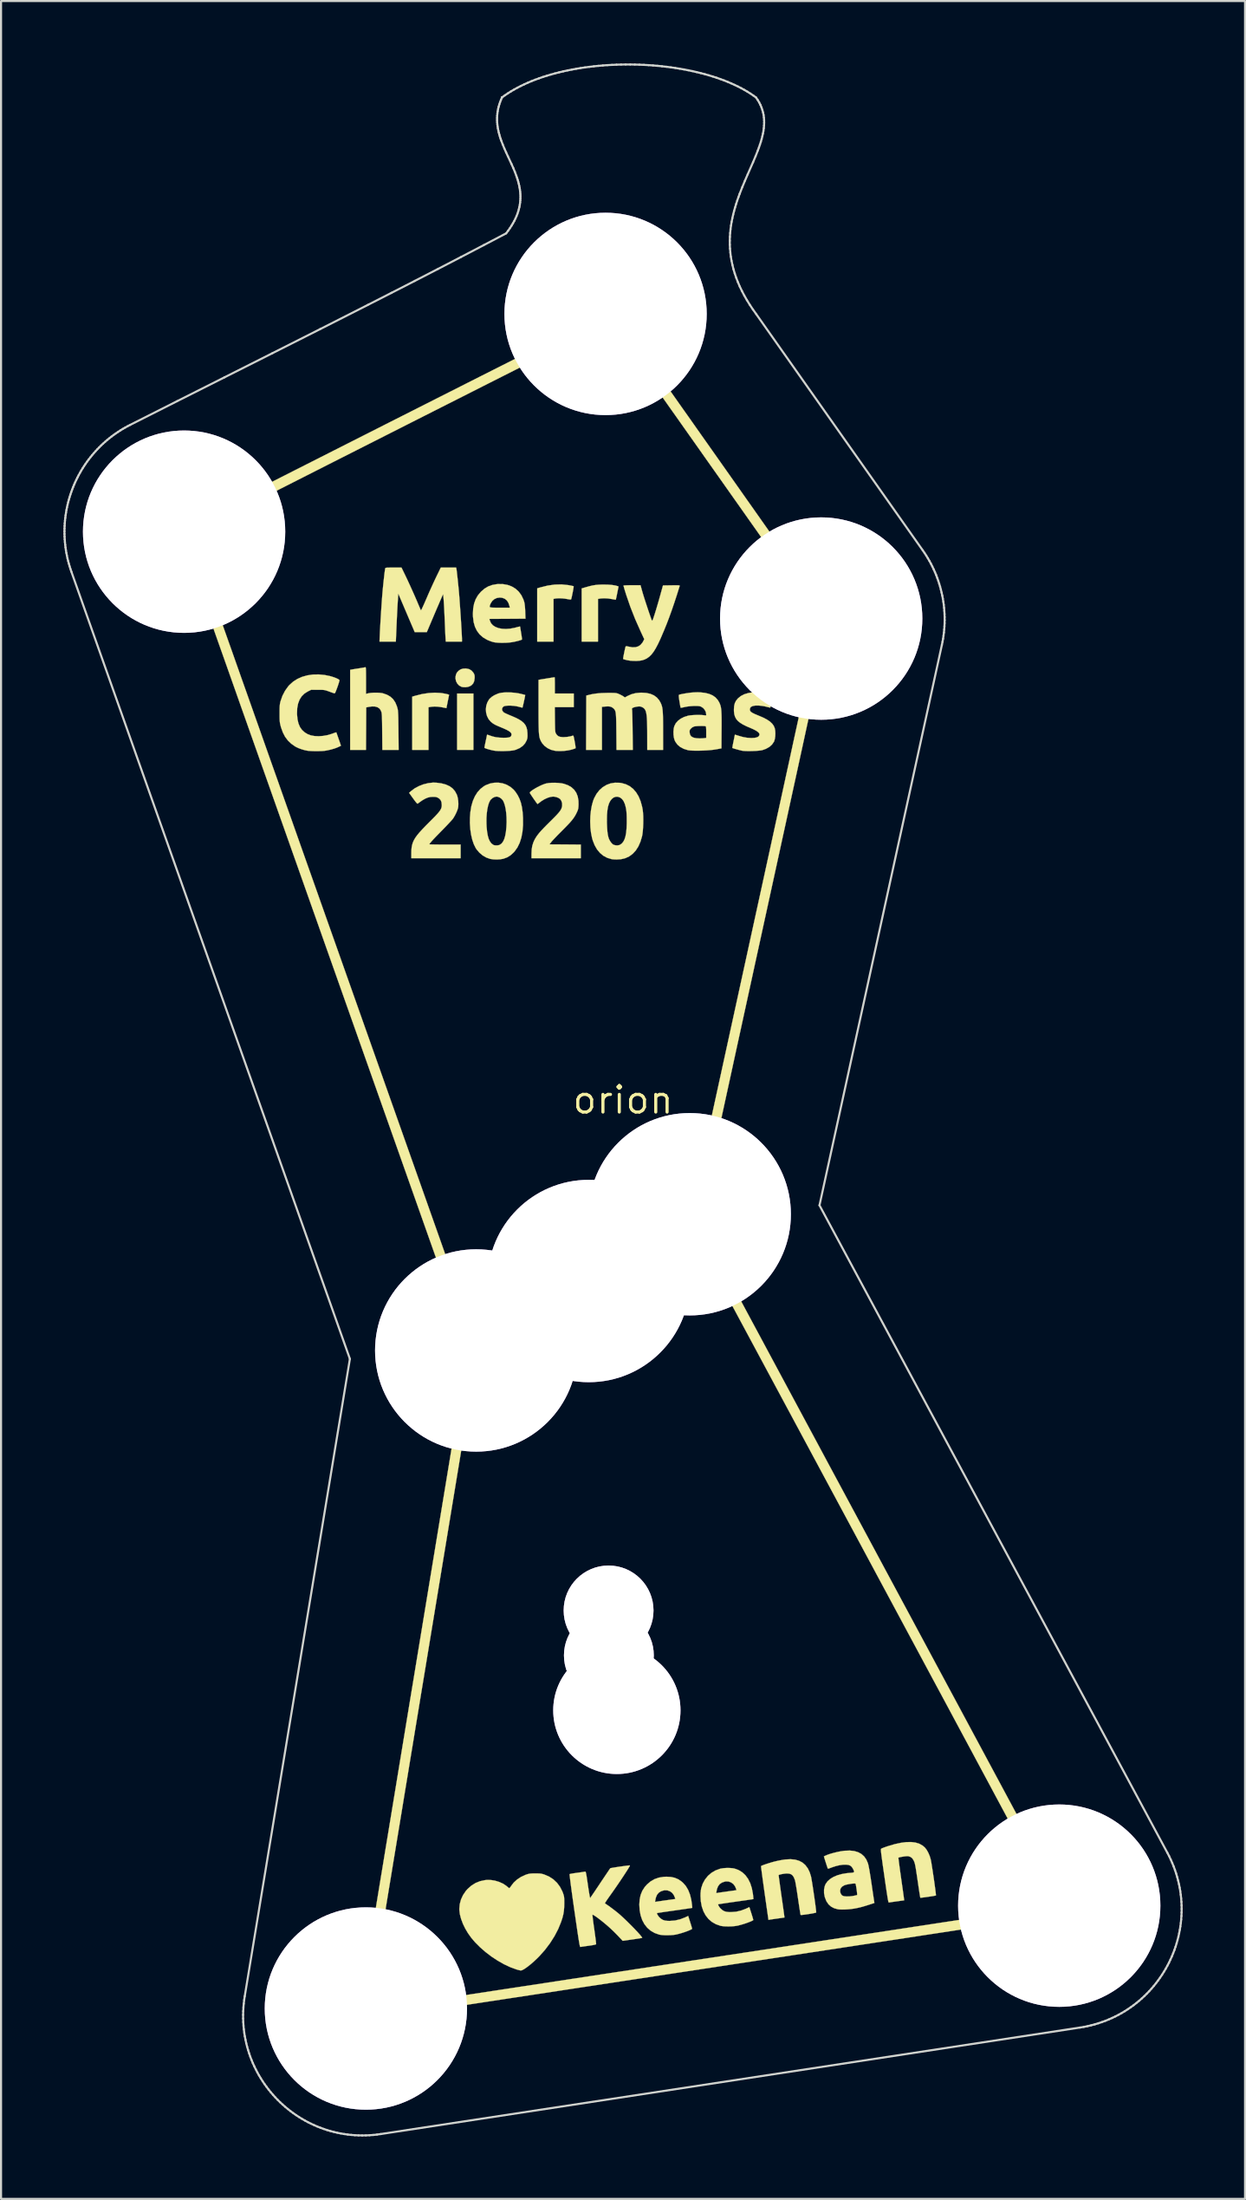
<source format=kicad_pcb>
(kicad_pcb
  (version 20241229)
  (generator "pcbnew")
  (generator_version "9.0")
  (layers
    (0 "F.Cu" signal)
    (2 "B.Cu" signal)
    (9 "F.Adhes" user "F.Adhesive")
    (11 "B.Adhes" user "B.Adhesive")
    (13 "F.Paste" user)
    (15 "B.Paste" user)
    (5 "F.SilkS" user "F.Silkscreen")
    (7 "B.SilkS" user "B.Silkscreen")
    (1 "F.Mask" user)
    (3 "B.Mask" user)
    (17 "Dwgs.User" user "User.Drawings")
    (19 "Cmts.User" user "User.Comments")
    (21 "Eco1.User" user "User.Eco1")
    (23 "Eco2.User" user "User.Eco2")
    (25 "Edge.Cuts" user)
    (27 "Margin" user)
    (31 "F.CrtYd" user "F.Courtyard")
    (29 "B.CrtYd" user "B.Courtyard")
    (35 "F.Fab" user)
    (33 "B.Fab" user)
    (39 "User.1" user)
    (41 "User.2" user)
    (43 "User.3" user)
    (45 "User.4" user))
  (footprint "orion"
    (layer "F.Cu")
    (at 26.912 49.825)
    (property "Reference" "orion" (at 0 0 0) (layer "F.SilkS") (effects (font (size 1.27 1.27) (thickness 0.15))))
    (attr through_hole)
    (fp_poly (pts (xy -7.197 -16.828) (xy -7.98 -16.828) (xy -7.98 -19.537) (xy -7.197 -19.537) (xy -7.197 -16.828)) (stroke (width 0.01) (type solid)) (fill yes) (layer "F.SilkS"))
    (fp_poly (pts (xy -8.768 -19.563) (xy -8.675 -19.55) (xy -8.581 -19.533) (xy -8.497 -19.516) (xy -8.437 -19.502) (xy -8.419 -19.496) (xy -8.366 -19.477) (xy -8.431 -19.156) (xy -8.495 -18.835) (xy -8.549 -18.847) (xy -8.748 -18.885) (xy -8.918 -18.907) (xy -9.068 -18.913) (xy -9.206 -18.903) (xy -9.297 -18.889) (xy -9.356 -18.877) (xy -9.356 -16.828) (xy -10.139 -16.828) (xy -10.139 -19.387) (xy -9.996 -19.429) (xy -9.67 -19.511) (xy -9.353 -19.56) (xy -9.051 -19.578) (xy -8.768 -19.563)) (stroke (width 0.01) (type solid)) (fill yes) (layer "F.SilkS"))
    (fp_poly (pts (xy -7.545 -20.739) (xy -7.409 -20.712) (xy -7.295 -20.648) (xy -7.205 -20.55) (xy -7.179 -20.507) (xy -7.152 -20.45) (xy -7.139 -20.395) (xy -7.136 -20.327) (xy -7.139 -20.262) (xy -7.16 -20.127) (xy -7.208 -20.021) (xy -7.286 -19.938) (xy -7.347 -19.898) (xy -7.448 -19.859) (xy -7.567 -19.841) (xy -7.686 -19.843) (xy -7.776 -19.863) (xy -7.886 -19.925) (xy -7.972 -20.017) (xy -8.031 -20.131) (xy -8.058 -20.259) (xy -8.054 -20.359) (xy -8.028 -20.469) (xy -7.981 -20.556) (xy -7.909 -20.632) (xy -7.811 -20.698) (xy -7.701 -20.733) (xy -7.568 -20.741) (xy -7.545 -20.739)) (stroke (width 0.01) (type solid)) (fill yes) (layer "F.SilkS"))
    (fp_poly (pts (xy -0.714 -24.77) (xy -0.525 -24.755) (xy -0.37 -24.73) (xy -0.262 -24.7) (xy -0.217 -24.683) (xy -0.28 -24.37) (xy -0.302 -24.26) (xy -0.322 -24.166) (xy -0.338 -24.096) (xy -0.347 -24.055) (xy -0.35 -24.049) (xy -0.372 -24.05) (xy -0.426 -24.058) (xy -0.501 -24.072) (xy -0.533 -24.078) (xy -0.715 -24.106) (xy -0.897 -24.116) (xy -1.063 -24.108) (xy -1.106 -24.102) (xy -1.206 -24.085) (xy -1.206 -22.035) (xy -1.99 -22.035) (xy -1.99 -24.589) (xy -1.804 -24.644) (xy -1.622 -24.695) (xy -1.464 -24.732) (xy -1.315 -24.756) (xy -1.162 -24.769) (xy -0.991 -24.775) (xy -0.931 -24.775) (xy -0.714 -24.77)) (stroke (width 0.01) (type solid)) (fill yes) (layer "F.SilkS"))
    (fp_poly (pts (xy -2.643 -24.75) (xy -2.628 -24.748) (xy -2.532 -24.73) (xy -2.453 -24.714) (xy -2.397 -24.701) (xy -2.376 -24.693) (xy -2.376 -24.67) (xy -2.384 -24.614) (xy -2.397 -24.535) (xy -2.414 -24.441) (xy -2.434 -24.341) (xy -2.454 -24.245) (xy -2.472 -24.161) (xy -2.488 -24.098) (xy -2.499 -24.065) (xy -2.5 -24.063) (xy -2.528 -24.056) (xy -2.593 -24.062) (xy -2.68 -24.078) (xy -2.807 -24.099) (xy -2.946 -24.112) (xy -3.084 -24.116) (xy -3.204 -24.11) (xy -3.265 -24.102) (xy -3.344 -24.086) (xy -3.344 -22.035) (xy -4.128 -22.035) (xy -4.128 -24.594) (xy -3.979 -24.638) (xy -3.624 -24.726) (xy -3.283 -24.774) (xy -2.956 -24.782) (xy -2.643 -24.75)) (stroke (width 0.01) (type solid)) (fill yes) (layer "F.SilkS"))
    (fp_poly (pts (xy -12.38 -20.792) (xy -12.373 -20.773) (xy -12.369 -20.736) (xy -12.365 -20.679) (xy -12.363 -20.596) (xy -12.362 -20.484) (xy -12.361 -20.337) (xy -12.361 -20.165) (xy -12.361 -19.521) (xy -12.24 -19.55) (xy -12.133 -19.567) (xy -12 -19.576) (xy -11.858 -19.578) (xy -11.719 -19.572) (xy -11.599 -19.558) (xy -11.546 -19.547) (xy -11.353 -19.48) (xy -11.191 -19.387) (xy -11.059 -19.266) (xy -10.955 -19.113) (xy -10.877 -18.928) (xy -10.848 -18.828) (xy -10.838 -18.786) (xy -10.83 -18.739) (xy -10.824 -18.681) (xy -10.819 -18.61) (xy -10.814 -18.519) (xy -10.81 -18.406) (xy -10.807 -18.265) (xy -10.805 -18.093) (xy -10.802 -17.885) (xy -10.801 -17.754) (xy -10.792 -16.828) (xy -11.575 -16.828) (xy -11.583 -17.701) (xy -11.585 -17.92) (xy -11.587 -18.101) (xy -11.59 -18.249) (xy -11.593 -18.366) (xy -11.596 -18.458) (xy -11.601 -18.528) (xy -11.607 -18.581) (xy -11.613 -18.621) (xy -11.622 -18.652) (xy -11.627 -18.668) (xy -11.671 -18.761) (xy -11.725 -18.825) (xy -11.8 -18.873) (xy -11.822 -18.883) (xy -11.934 -18.914) (xy -12.075 -18.917) (xy -12.234 -18.895) (xy -12.351 -18.87) (xy -12.356 -17.849) (xy -12.362 -16.828) (xy -13.123 -16.828) (xy -13.123 -20.676) (xy -13.065 -20.688) (xy -13.023 -20.696) (xy -12.949 -20.708) (xy -12.852 -20.724) (xy -12.743 -20.741) (xy -12.721 -20.744) (xy -12.613 -20.761) (xy -12.518 -20.777) (xy -12.445 -20.79) (xy -12.403 -20.798) (xy -12.398 -20.799) (xy -12.388 -20.8) (xy -12.38 -20.792)) (stroke (width 0.01) (type solid)) (fill yes) (layer "F.SilkS"))
    (fp_poly (pts (xy -3.288 -20.3) (xy -3.285 -20.244) (xy -3.283 -20.159) (xy -3.281 -20.052) (xy -3.281 -19.928) (xy -3.281 -19.537) (xy -2.371 -19.537) (xy -2.371 -18.881) (xy -3.283 -18.881) (xy -3.277 -18.283) (xy -3.275 -18.107) (xy -3.272 -17.968) (xy -3.27 -17.861) (xy -3.266 -17.781) (xy -3.261 -17.722) (xy -3.254 -17.68) (xy -3.245 -17.649) (xy -3.234 -17.624) (xy -3.227 -17.611) (xy -3.171 -17.534) (xy -3.105 -17.483) (xy -3.02 -17.454) (xy -2.906 -17.442) (xy -2.859 -17.441) (xy -2.695 -17.451) (xy -2.538 -17.477) (xy -2.412 -17.514) (xy -2.398 -17.513) (xy -2.385 -17.493) (xy -2.371 -17.449) (xy -2.355 -17.376) (xy -2.334 -17.269) (xy -2.326 -17.225) (xy -2.307 -17.117) (xy -2.293 -17.024) (xy -2.285 -16.953) (xy -2.283 -16.914) (xy -2.284 -16.908) (xy -2.309 -16.896) (xy -2.364 -16.876) (xy -2.441 -16.852) (xy -2.484 -16.839) (xy -2.644 -16.804) (xy -2.828 -16.781) (xy -3.017 -16.772) (xy -3.194 -16.777) (xy -3.281 -16.787) (xy -3.466 -16.834) (xy -3.633 -16.914) (xy -3.778 -17.022) (xy -3.894 -17.155) (xy -3.947 -17.245) (xy -3.97 -17.293) (xy -3.99 -17.341) (xy -4.007 -17.391) (xy -4.021 -17.448) (xy -4.032 -17.515) (xy -4.041 -17.595) (xy -4.049 -17.692) (xy -4.054 -17.809) (xy -4.058 -17.95) (xy -4.061 -18.118) (xy -4.063 -18.317) (xy -4.064 -18.55) (xy -4.064 -18.821) (xy -4.064 -18.935) (xy -4.064 -20.192) (xy -4.016 -20.203) (xy -3.983 -20.209) (xy -3.918 -20.22) (xy -3.83 -20.235) (xy -3.728 -20.251) (xy -3.62 -20.269) (xy -3.515 -20.286) (xy -3.421 -20.301) (xy -3.347 -20.312) (xy -3.301 -20.319) (xy -3.291 -20.32) (xy -3.288 -20.3)) (stroke (width 0.01) (type solid)) (fill yes) (layer "F.SilkS"))
    (fp_poly (pts (xy -4.104 37.181) (xy -4.015 37.184) (xy -3.943 37.192) (xy -3.878 37.206) (xy -3.805 37.228) (xy -3.771 37.24) (xy -3.547 37.338) (xy -3.347 37.47) (xy -3.174 37.634) (xy -3.031 37.827) (xy -2.918 38.048) (xy -2.886 38.132) (xy -2.863 38.201) (xy -2.846 38.261) (xy -2.836 38.322) (xy -2.83 38.394) (xy -2.828 38.487) (xy -2.827 38.611) (xy -2.827 38.619) (xy -2.832 38.817) (xy -2.847 38.989) (xy -2.874 39.151) (xy -2.917 39.319) (xy -2.978 39.507) (xy -3.118 39.85) (xy -3.296 40.192) (xy -3.509 40.528) (xy -3.754 40.853) (xy -4.027 41.161) (xy -4.158 41.291) (xy -4.292 41.416) (xy -4.425 41.532) (xy -4.552 41.634) (xy -4.669 41.721) (xy -4.771 41.787) (xy -4.853 41.83) (xy -4.912 41.845) (xy -4.914 41.845) (xy -4.958 41.839) (xy -5.028 41.822) (xy -5.11 41.8) (xy -5.122 41.796) (xy -5.418 41.689) (xy -5.721 41.547) (xy -6.026 41.374) (xy -6.326 41.177) (xy -6.613 40.959) (xy -6.881 40.725) (xy -7.124 40.48) (xy -7.3 40.273) (xy -7.455 40.056) (xy -7.59 39.829) (xy -7.702 39.597) (xy -7.788 39.367) (xy -7.846 39.147) (xy -7.872 38.942) (xy -7.874 38.885) (xy -7.853 38.657) (xy -7.793 38.433) (xy -7.695 38.221) (xy -7.562 38.025) (xy -7.482 37.933) (xy -7.297 37.768) (xy -7.095 37.641) (xy -6.875 37.553) (xy -6.636 37.502) (xy -6.554 37.494) (xy -6.359 37.496) (xy -6.158 37.528) (xy -5.96 37.588) (xy -5.776 37.67) (xy -5.619 37.773) (xy -5.585 37.802) (xy -5.53 37.847) (xy -5.488 37.879) (xy -5.468 37.888) (xy -5.448 37.872) (xy -5.415 37.829) (xy -5.387 37.788) (xy -5.257 37.619) (xy -5.093 37.47) (xy -4.902 37.345) (xy -4.69 37.248) (xy -4.667 37.24) (xy -4.59 37.215) (xy -4.523 37.198) (xy -4.453 37.188) (xy -4.369 37.182) (xy -4.258 37.18) (xy -4.223 37.18) (xy -4.104 37.181)) (stroke (width 0.01) (type solid)) (fill yes) (layer "F.SilkS"))
    (fp_poly (pts (xy -8.975 -15.251) (xy -8.73 -15.218) (xy -8.521 -15.162) (xy -8.344 -15.082) (xy -8.2 -14.977) (xy -8.085 -14.846) (xy -8 -14.689) (xy -7.977 -14.631) (xy -7.947 -14.513) (xy -7.927 -14.374) (xy -7.92 -14.231) (xy -7.926 -14.101) (xy -7.937 -14.032) (xy -7.971 -13.925) (xy -8.024 -13.8) (xy -8.089 -13.67) (xy -8.16 -13.551) (xy -8.175 -13.528) (xy -8.206 -13.489) (xy -8.263 -13.424) (xy -8.342 -13.339) (xy -8.437 -13.237) (xy -8.546 -13.123) (xy -8.663 -13.002) (xy -8.721 -12.943) (xy -8.881 -12.779) (xy -9.013 -12.643) (xy -9.119 -12.532) (xy -9.199 -12.444) (xy -9.257 -12.377) (xy -9.294 -12.33) (xy -9.311 -12.3) (xy -9.313 -12.291) (xy -9.293 -12.287) (xy -9.235 -12.284) (xy -9.144 -12.282) (xy -9.025 -12.28) (xy -8.883 -12.278) (xy -8.723 -12.277) (xy -8.562 -12.277) (xy -7.811 -12.277) (xy -7.811 -11.62) (xy -10.181 -11.62) (xy -10.181 -11.866) (xy -10.178 -12.01) (xy -10.166 -12.139) (xy -10.144 -12.259) (xy -10.109 -12.373) (xy -10.059 -12.486) (xy -9.991 -12.602) (xy -9.902 -12.726) (xy -9.79 -12.861) (xy -9.653 -13.011) (xy -9.489 -13.182) (xy -9.337 -13.335) (xy -9.182 -13.49) (xy -9.055 -13.619) (xy -8.953 -13.727) (xy -8.874 -13.817) (xy -8.814 -13.894) (xy -8.772 -13.96) (xy -8.744 -14.019) (xy -8.727 -14.076) (xy -8.719 -14.134) (xy -8.718 -14.191) (xy -8.732 -14.319) (xy -8.775 -14.419) (xy -8.851 -14.496) (xy -8.89 -14.52) (xy -8.948 -14.549) (xy -9.006 -14.565) (xy -9.078 -14.571) (xy -9.155 -14.572) (xy -9.275 -14.563) (xy -9.393 -14.535) (xy -9.513 -14.485) (xy -9.644 -14.41) (xy -9.792 -14.307) (xy -9.877 -14.242) (xy -9.898 -14.249) (xy -9.939 -14.289) (xy -9.999 -14.363) (xy -10.08 -14.473) (xy -10.095 -14.493) (xy -10.289 -14.764) (xy -10.198 -14.845) (xy -10.024 -14.977) (xy -9.821 -15.086) (xy -9.6 -15.172) (xy -9.37 -15.229) (xy -9.142 -15.255) (xy -8.975 -15.251)) (stroke (width 0.01) (type solid)) (fill yes) (layer "F.SilkS"))
    (fp_poly (pts (xy -5.781 -15.218) (xy -5.589 -15.149) (xy -5.413 -15.047) (xy -5.259 -14.913) (xy -5.173 -14.811) (xy -5.065 -14.646) (xy -4.978 -14.472) (xy -4.911 -14.283) (xy -4.863 -14.072) (xy -4.83 -13.833) (xy -4.812 -13.56) (xy -4.812 -13.557) (xy -4.811 -13.21) (xy -4.838 -12.895) (xy -4.891 -12.612) (xy -4.972 -12.36) (xy -5.08 -12.139) (xy -5.215 -11.949) (xy -5.26 -11.899) (xy -5.413 -11.761) (xy -5.576 -11.661) (xy -5.757 -11.595) (xy -5.78 -11.59) (xy -5.915 -11.568) (xy -6.071 -11.56) (xy -6.228 -11.565) (xy -6.369 -11.584) (xy -6.4 -11.591) (xy -6.581 -11.655) (xy -6.753 -11.756) (xy -6.909 -11.888) (xy -7.042 -12.044) (xy -7.089 -12.116) (xy -7.178 -12.297) (xy -7.251 -12.51) (xy -7.307 -12.751) (xy -7.345 -13.011) (xy -7.364 -13.286) (xy -7.364 -13.335) (xy -6.571 -13.335) (xy -6.562 -13.125) (xy -6.539 -12.896) (xy -6.506 -12.706) (xy -6.461 -12.55) (xy -6.403 -12.427) (xy -6.331 -12.333) (xy -6.244 -12.265) (xy -6.234 -12.259) (xy -6.173 -12.241) (xy -6.091 -12.236) (xy -6.006 -12.242) (xy -5.938 -12.261) (xy -5.931 -12.264) (xy -5.844 -12.326) (xy -5.772 -12.417) (xy -5.714 -12.539) (xy -5.668 -12.695) (xy -5.633 -12.886) (xy -5.61 -13.116) (xy -5.609 -13.13) (xy -5.599 -13.359) (xy -5.603 -13.584) (xy -5.619 -13.797) (xy -5.646 -13.994) (xy -5.684 -14.166) (xy -5.732 -14.309) (xy -5.778 -14.4) (xy -5.848 -14.48) (xy -5.938 -14.542) (xy -6.035 -14.578) (xy -6.085 -14.584) (xy -6.18 -14.565) (xy -6.275 -14.515) (xy -6.358 -14.442) (xy -6.389 -14.402) (xy -6.445 -14.292) (xy -6.491 -14.147) (xy -6.528 -13.972) (xy -6.554 -13.775) (xy -6.569 -13.56) (xy -6.571 -13.335) (xy -7.364 -13.335) (xy -7.363 -13.567) (xy -7.343 -13.835) (xy -7.297 -14.116) (xy -7.224 -14.371) (xy -7.125 -14.596) (xy -7.002 -14.792) (xy -6.856 -14.955) (xy -6.687 -15.084) (xy -6.596 -15.135) (xy -6.395 -15.212) (xy -6.189 -15.25) (xy -5.982 -15.252) (xy -5.781 -15.218)) (stroke (width 0.01) (type solid)) (fill yes) (layer "F.SilkS"))
    (fp_poly (pts (xy -3.106 -15.239) (xy -2.954 -15.221) (xy -2.849 -15.2) (xy -2.649 -15.129) (xy -2.482 -15.032) (xy -2.348 -14.909) (xy -2.247 -14.76) (xy -2.179 -14.584) (xy -2.145 -14.382) (xy -2.141 -14.206) (xy -2.146 -14.1) (xy -2.154 -14.023) (xy -2.168 -13.96) (xy -2.191 -13.896) (xy -2.227 -13.817) (xy -2.229 -13.813) (xy -2.275 -13.72) (xy -2.326 -13.633) (xy -2.383 -13.547) (xy -2.451 -13.457) (xy -2.535 -13.358) (xy -2.638 -13.246) (xy -2.763 -13.116) (xy -2.916 -12.962) (xy -2.931 -12.947) (xy -3.047 -12.83) (xy -3.158 -12.718) (xy -3.258 -12.613) (xy -3.343 -12.523) (xy -3.409 -12.452) (xy -3.449 -12.405) (xy -3.45 -12.404) (xy -3.54 -12.287) (xy -2.786 -12.282) (xy -2.032 -12.276) (xy -2.032 -11.62) (xy -4.403 -11.62) (xy -4.402 -11.837) (xy -4.393 -12.041) (xy -4.365 -12.217) (xy -4.315 -12.377) (xy -4.268 -12.483) (xy -4.221 -12.57) (xy -4.168 -12.655) (xy -4.106 -12.742) (xy -4.032 -12.836) (xy -3.94 -12.94) (xy -3.828 -13.06) (xy -3.692 -13.199) (xy -3.529 -13.361) (xy -3.513 -13.377) (xy -3.365 -13.524) (xy -3.245 -13.646) (xy -3.15 -13.747) (xy -3.077 -13.831) (xy -3.023 -13.903) (xy -2.983 -13.967) (xy -2.957 -14.027) (xy -2.939 -14.086) (xy -2.929 -14.147) (xy -2.931 -14.268) (xy -2.968 -14.382) (xy -3.023 -14.463) (xy -3.089 -14.511) (xy -3.182 -14.551) (xy -3.286 -14.577) (xy -3.365 -14.584) (xy -3.491 -14.568) (xy -3.633 -14.524) (xy -3.781 -14.455) (xy -3.924 -14.367) (xy -4.007 -14.304) (xy -4.061 -14.261) (xy -4.101 -14.234) (xy -4.118 -14.228) (xy -4.142 -14.257) (xy -4.182 -14.312) (xy -4.233 -14.384) (xy -4.291 -14.466) (xy -4.349 -14.551) (xy -4.403 -14.631) (xy -4.447 -14.699) (xy -4.477 -14.747) (xy -4.487 -14.767) (xy -4.469 -14.802) (xy -4.418 -14.849) (xy -4.341 -14.905) (xy -4.244 -14.965) (xy -4.134 -15.028) (xy -4.018 -15.087) (xy -3.902 -15.141) (xy -3.792 -15.184) (xy -3.704 -15.212) (xy -3.583 -15.234) (xy -3.434 -15.246) (xy -3.27 -15.248) (xy -3.106 -15.239)) (stroke (width 0.01) (type solid)) (fill yes) (layer "F.SilkS"))
    (fp_poly (pts (xy 2.479 5.808) (xy 2.515 5.849) (xy 2.561 5.909) (xy 2.61 5.978) (xy 2.655 6.049) (xy 2.693 6.112) (xy 2.715 6.158) (xy 2.718 6.179) (xy 2.699 6.192) (xy 2.648 6.227) (xy 2.564 6.283) (xy 2.451 6.36) (xy 2.31 6.455) (xy 2.142 6.568) (xy 1.95 6.698) (xy 1.735 6.842) (xy 1.499 7.001) (xy 1.244 7.173) (xy 0.971 7.357) (xy 0.682 7.551) (xy 0.38 7.755) (xy 0.065 7.966) (xy -0.261 8.185) (xy -0.595 8.41) (xy -0.936 8.639) (xy -1.282 8.872) (xy -1.631 9.108) (xy -1.983 9.344) (xy -2.334 9.58) (xy -2.683 9.815) (xy -3.029 10.047) (xy -3.369 10.276) (xy -3.702 10.5) (xy -4.027 10.718) (xy -4.34 10.929) (xy -4.642 11.132) (xy -4.929 11.325) (xy -5.2 11.507) (xy -5.453 11.677) (xy -5.687 11.834) (xy -5.9 11.977) (xy -6.09 12.105) (xy -6.255 12.216) (xy -6.393 12.308) (xy -6.503 12.382) (xy -6.584 12.436) (xy -6.632 12.468) (xy -6.647 12.478) (xy -6.664 12.465) (xy -6.698 12.424) (xy -6.745 12.36) (xy -6.791 12.293) (xy -6.842 12.213) (xy -6.88 12.146) (xy -6.902 12.1) (xy -6.905 12.083) (xy -6.885 12.069) (xy -6.832 12.033) (xy -6.748 11.975) (xy -6.634 11.898) (xy -6.491 11.802) (xy -6.323 11.688) (xy -6.13 11.558) (xy -5.914 11.413) (xy -5.677 11.253) (xy -5.421 11.081) (xy -5.147 10.897) (xy -4.858 10.702) (xy -4.555 10.498) (xy -4.24 10.286) (xy -3.914 10.067) (xy -3.58 9.842) (xy -3.238 9.613) (xy -2.892 9.38) (xy -2.542 9.145) (xy -2.191 8.909) (xy -1.84 8.673) (xy -1.49 8.439) (xy -1.145 8.207) (xy -0.805 7.979) (xy -0.472 7.755) (xy -0.148 7.538) (xy 0.165 7.328) (xy 0.466 7.126) (xy 0.752 6.934) (xy 1.023 6.753) (xy 1.275 6.583) (xy 1.508 6.427) (xy 1.72 6.285) (xy 1.909 6.159) (xy 2.072 6.05) (xy 2.21 5.958) (xy 2.318 5.886) (xy 2.397 5.833) (xy 2.444 5.803) (xy 2.457 5.794) (xy 2.479 5.808)) (stroke (width 0.01) (type solid)) (fill yes) (layer "F.SilkS"))
    (fp_poly (pts (xy -0.165 -15.247) (xy -0.073 -15.233) (xy 0.134 -15.176) (xy 0.321 -15.082) (xy 0.486 -14.952) (xy 0.628 -14.788) (xy 0.748 -14.59) (xy 0.844 -14.36) (xy 0.916 -14.097) (xy 0.944 -13.948) (xy 0.959 -13.815) (xy 0.969 -13.653) (xy 0.972 -13.473) (xy 0.97 -13.286) (xy 0.962 -13.101) (xy 0.95 -12.929) (xy 0.932 -12.779) (xy 0.913 -12.675) (xy 0.836 -12.415) (xy 0.736 -12.187) (xy 0.612 -11.994) (xy 0.466 -11.835) (xy 0.299 -11.711) (xy 0.111 -11.624) (xy -0.097 -11.573) (xy -0.307 -11.56) (xy -0.401 -11.563) (xy -0.49 -11.569) (xy -0.556 -11.578) (xy -0.561 -11.579) (xy -0.765 -11.641) (xy -0.948 -11.74) (xy -1.11 -11.875) (xy -1.25 -12.043) (xy -1.366 -12.245) (xy -1.458 -12.479) (xy -1.493 -12.603) (xy -1.541 -12.847) (xy -1.57 -13.108) (xy -1.58 -13.378) (xy -1.578 -13.444) (xy -0.778 -13.444) (xy -0.776 -13.293) (xy -0.767 -13.081) (xy -0.754 -12.905) (xy -0.735 -12.762) (xy -0.71 -12.646) (xy -0.679 -12.551) (xy -0.674 -12.539) (xy -0.621 -12.439) (xy -0.557 -12.352) (xy -0.491 -12.288) (xy -0.462 -12.27) (xy -0.373 -12.243) (xy -0.274 -12.236) (xy -0.183 -12.252) (xy -0.152 -12.264) (xy -0.063 -12.326) (xy 0.01 -12.412) (xy 0.069 -12.524) (xy 0.115 -12.666) (xy 0.148 -12.839) (xy 0.168 -13.048) (xy 0.178 -13.294) (xy 0.178 -13.399) (xy 0.177 -13.586) (xy 0.172 -13.739) (xy 0.163 -13.867) (xy 0.148 -13.979) (xy 0.127 -14.083) (xy 0.099 -14.187) (xy 0.081 -14.241) (xy 0.023 -14.371) (xy -0.054 -14.471) (xy -0.146 -14.54) (xy -0.246 -14.575) (xy -0.35 -14.576) (xy -0.453 -14.539) (xy -0.541 -14.471) (xy -0.617 -14.374) (xy -0.678 -14.251) (xy -0.724 -14.099) (xy -0.755 -13.916) (xy -0.773 -13.698) (xy -0.778 -13.444) (xy -1.578 -13.444) (xy -1.572 -13.648) (xy -1.545 -13.91) (xy -1.501 -14.156) (xy -1.44 -14.377) (xy -1.391 -14.503) (xy -1.277 -14.713) (xy -1.138 -14.891) (xy -0.978 -15.035) (xy -0.797 -15.144) (xy -0.6 -15.217) (xy -0.388 -15.251) (xy -0.165 -15.247)) (stroke (width 0.01) (type solid)) (fill yes) (layer "F.SilkS"))
    (fp_poly (pts (xy 0.92 -24.453) (xy 0.947 -24.359) (xy 0.983 -24.241) (xy 1.026 -24.104) (xy 1.074 -23.955) (xy 1.125 -23.8) (xy 1.176 -23.645) (xy 1.226 -23.495) (xy 1.273 -23.358) (xy 1.314 -23.239) (xy 1.348 -23.144) (xy 1.373 -23.08) (xy 1.383 -23.057) (xy 1.394 -23.041) (xy 1.404 -23.04) (xy 1.418 -23.057) (xy 1.435 -23.097) (xy 1.46 -23.165) (xy 1.493 -23.266) (xy 1.522 -23.354) (xy 1.561 -23.48) (xy 1.608 -23.634) (xy 1.659 -23.806) (xy 1.711 -23.984) (xy 1.76 -24.157) (xy 1.777 -24.218) (xy 1.92 -24.733) (xy 2.327 -24.739) (xy 2.467 -24.741) (xy 2.571 -24.741) (xy 2.643 -24.74) (xy 2.689 -24.736) (xy 2.714 -24.73) (xy 2.723 -24.721) (xy 2.723 -24.709) (xy 2.722 -24.707) (xy 2.589 -24.282) (xy 2.461 -23.892) (xy 2.338 -23.532) (xy 2.216 -23.194) (xy 2.093 -22.873) (xy 1.967 -22.563) (xy 1.836 -22.257) (xy 1.787 -22.145) (xy 1.676 -21.909) (xy 1.571 -21.711) (xy 1.469 -21.547) (xy 1.367 -21.415) (xy 1.262 -21.311) (xy 1.152 -21.231) (xy 1.033 -21.172) (xy 0.922 -21.136) (xy 0.801 -21.115) (xy 0.654 -21.105) (xy 0.496 -21.106) (xy 0.341 -21.117) (xy 0.204 -21.139) (xy 0.171 -21.147) (xy 0.095 -21.167) (xy 0.036 -21.185) (xy 0.006 -21.197) (xy 0.004 -21.198) (xy 0.004 -21.221) (xy 0.012 -21.276) (xy 0.026 -21.355) (xy 0.044 -21.447) (xy 0.064 -21.545) (xy 0.084 -21.638) (xy 0.102 -21.718) (xy 0.118 -21.776) (xy 0.127 -21.801) (xy 0.151 -21.811) (xy 0.205 -21.806) (xy 0.265 -21.792) (xy 0.443 -21.76) (xy 0.599 -21.764) (xy 0.732 -21.804) (xy 0.845 -21.88) (xy 0.938 -21.993) (xy 0.978 -22.066) (xy 1.02 -22.151) (xy 0.857 -22.5) (xy 0.587 -23.106) (xy 0.353 -23.699) (xy 0.152 -24.282) (xy 0.108 -24.423) (xy 0.076 -24.526) (xy 0.05 -24.616) (xy 0.031 -24.683) (xy 0.022 -24.72) (xy 0.021 -24.724) (xy 0.041 -24.731) (xy 0.099 -24.736) (xy 0.187 -24.74) (xy 0.302 -24.743) (xy 0.43 -24.744) (xy 0.839 -24.744) (xy 0.92 -24.453)) (stroke (width 0.01) (type solid)) (fill yes) (layer "F.SilkS"))
    (fp_poly (pts (xy -5.771 -24.796) (xy -5.549 -24.757) (xy -5.348 -24.682) (xy -5.17 -24.574) (xy -5.016 -24.433) (xy -4.89 -24.262) (xy -4.793 -24.061) (xy -4.75 -23.929) (xy -4.733 -23.841) (xy -4.719 -23.717) (xy -4.708 -23.564) (xy -4.705 -23.469) (xy -4.694 -23.136) (xy -5.561 -23.13) (xy -6.429 -23.125) (xy -6.4 -23.028) (xy -6.345 -22.911) (xy -6.256 -22.814) (xy -6.136 -22.738) (xy -5.99 -22.682) (xy -5.821 -22.65) (xy -5.633 -22.64) (xy -5.431 -22.655) (xy -5.217 -22.695) (xy -5.122 -22.72) (xy -5.045 -22.741) (xy -4.986 -22.754) (xy -4.955 -22.758) (xy -4.952 -22.756) (xy -4.948 -22.732) (xy -4.939 -22.674) (xy -4.925 -22.589) (xy -4.908 -22.487) (xy -4.902 -22.447) (xy -4.885 -22.34) (xy -4.871 -22.248) (xy -4.863 -22.178) (xy -4.861 -22.14) (xy -4.861 -22.135) (xy -4.889 -22.119) (xy -4.949 -22.097) (xy -5.034 -22.072) (xy -5.135 -22.047) (xy -5.244 -22.023) (xy -5.351 -22.004) (xy -5.355 -22.003) (xy -5.503 -21.986) (xy -5.669 -21.976) (xy -5.842 -21.974) (xy -6.007 -21.98) (xy -6.151 -21.994) (xy -6.212 -22.004) (xy -6.304 -22.029) (xy -6.414 -22.068) (xy -6.524 -22.115) (xy -6.553 -22.129) (xy -6.744 -22.244) (xy -6.901 -22.385) (xy -7.027 -22.553) (xy -7.122 -22.748) (xy -7.185 -22.972) (xy -7.216 -23.224) (xy -7.221 -23.368) (xy -7.207 -23.627) (xy -7.187 -23.731) (xy -6.415 -23.731) (xy -6.414 -23.705) (xy -6.397 -23.686) (xy -6.361 -23.674) (xy -6.3 -23.668) (xy -6.209 -23.665) (xy -6.086 -23.664) (xy -5.929 -23.664) (xy -5.444 -23.664) (xy -5.463 -23.746) (xy -5.513 -23.896) (xy -5.587 -24.011) (xy -5.686 -24.092) (xy -5.81 -24.139) (xy -5.928 -24.151) (xy -6.067 -24.131) (xy -6.191 -24.075) (xy -6.293 -23.985) (xy -6.368 -23.867) (xy -6.389 -23.815) (xy -6.405 -23.767) (xy -6.415 -23.731) (xy -7.187 -23.731) (xy -7.164 -23.857) (xy -7.09 -24.063) (xy -6.985 -24.249) (xy -6.846 -24.417) (xy -6.827 -24.437) (xy -6.662 -24.579) (xy -6.487 -24.684) (xy -6.296 -24.754) (xy -6.081 -24.793) (xy -6.011 -24.799) (xy -5.771 -24.796)) (stroke (width 0.01) (type solid)) (fill yes) (layer "F.SilkS"))
    (fp_poly (pts (xy 1.117 -19.565) (xy 1.314 -19.522) (xy 1.482 -19.45) (xy 1.622 -19.348) (xy 1.736 -19.215) (xy 1.8 -19.104) (xy 1.828 -19.044) (xy 1.851 -18.984) (xy 1.871 -18.92) (xy 1.887 -18.847) (xy 1.899 -18.762) (xy 1.908 -18.66) (xy 1.915 -18.537) (xy 1.92 -18.389) (xy 1.923 -18.211) (xy 1.925 -18) (xy 1.925 -17.751) (xy 1.925 -17.732) (xy 1.926 -16.828) (xy 1.164 -16.828) (xy 1.163 -17.51) (xy 1.162 -17.776) (xy 1.159 -18.003) (xy 1.154 -18.195) (xy 1.146 -18.355) (xy 1.134 -18.486) (xy 1.117 -18.592) (xy 1.096 -18.676) (xy 1.07 -18.742) (xy 1.037 -18.793) (xy 0.998 -18.833) (xy 0.952 -18.865) (xy 0.931 -18.877) (xy 0.862 -18.907) (xy 0.798 -18.918) (xy 0.716 -18.914) (xy 0.716 -18.914) (xy 0.629 -18.901) (xy 0.544 -18.88) (xy 0.508 -18.868) (xy 0.454 -18.844) (xy 0.43 -18.821) (xy 0.429 -18.786) (xy 0.434 -18.756) (xy 0.437 -18.719) (xy 0.44 -18.645) (xy 0.444 -18.537) (xy 0.447 -18.402) (xy 0.451 -18.243) (xy 0.454 -18.066) (xy 0.457 -17.876) (xy 0.458 -17.754) (xy 0.469 -16.828) (xy -0.315 -16.828) (xy -0.322 -17.701) (xy -0.325 -17.934) (xy -0.327 -18.129) (xy -0.331 -18.289) (xy -0.336 -18.419) (xy -0.343 -18.523) (xy -0.352 -18.605) (xy -0.365 -18.668) (xy -0.382 -18.717) (xy -0.402 -18.756) (xy -0.428 -18.789) (xy -0.459 -18.82) (xy -0.478 -18.837) (xy -0.543 -18.883) (xy -0.618 -18.91) (xy -0.712 -18.92) (xy -0.835 -18.915) (xy -0.858 -18.913) (xy -1.016 -18.898) (xy -1.016 -16.828) (xy -1.778 -16.828) (xy -1.773 -18.133) (xy -1.767 -19.439) (xy -1.704 -19.456) (xy -1.494 -19.506) (xy -1.272 -19.54) (xy -1.029 -19.56) (xy -0.755 -19.568) (xy -0.741 -19.568) (xy -0.598 -19.568) (xy -0.49 -19.567) (xy -0.41 -19.564) (xy -0.349 -19.559) (xy -0.302 -19.55) (xy -0.26 -19.538) (xy -0.216 -19.521) (xy -0.198 -19.513) (xy -0.116 -19.474) (xy -0.036 -19.432) (xy 0.01 -19.404) (xy 0.089 -19.35) (xy 0.219 -19.421) (xy 0.408 -19.505) (xy 0.611 -19.557) (xy 0.834 -19.578) (xy 0.889 -19.579) (xy 1.117 -19.565)) (stroke (width 0.01) (type solid)) (fill yes) (layer "F.SilkS"))
    (fp_poly (pts (xy 2.3 37.35) (xy 2.481 37.388) (xy 2.643 37.456) (xy 2.795 37.556) (xy 2.889 37.637) (xy 3.022 37.79) (xy 3.132 37.977) (xy 3.219 38.197) (xy 3.281 38.448) (xy 3.314 38.685) (xy 3.328 38.835) (xy 3.257 38.848) (xy 3.22 38.854) (xy 3.146 38.864) (xy 3.041 38.88) (xy 2.91 38.899) (xy 2.757 38.921) (xy 2.589 38.945) (xy 2.413 38.97) (xy 2.237 38.995) (xy 2.075 39.018) (xy 1.931 39.039) (xy 1.81 39.057) (xy 1.717 39.071) (xy 1.656 39.081) (xy 1.632 39.086) (xy 1.632 39.086) (xy 1.632 39.112) (xy 1.652 39.16) (xy 1.688 39.217) (xy 1.732 39.273) (xy 1.75 39.293) (xy 1.835 39.367) (xy 1.922 39.417) (xy 2.022 39.448) (xy 2.146 39.461) (xy 2.244 39.463) (xy 2.501 39.443) (xy 2.751 39.384) (xy 2.979 39.296) (xy 3.132 39.225) (xy 3.23 39.532) (xy 3.263 39.638) (xy 3.291 39.73) (xy 3.31 39.799) (xy 3.32 39.838) (xy 3.32 39.845) (xy 3.271 39.876) (xy 3.19 39.914) (xy 3.084 39.956) (xy 2.961 40) (xy 2.829 40.042) (xy 2.698 40.08) (xy 2.574 40.111) (xy 2.536 40.12) (xy 2.421 40.137) (xy 2.284 40.147) (xy 2.137 40.151) (xy 1.991 40.149) (xy 1.86 40.14) (xy 1.756 40.125) (xy 1.736 40.12) (xy 1.519 40.043) (xy 1.328 39.933) (xy 1.165 39.792) (xy 1.029 39.621) (xy 0.922 39.422) (xy 0.845 39.195) (xy 0.798 38.943) (xy 0.783 38.676) (xy 0.791 38.551) (xy 1.539 38.551) (xy 1.6 38.54) (xy 1.64 38.533) (xy 1.714 38.522) (xy 1.814 38.508) (xy 1.934 38.49) (xy 2.067 38.471) (xy 2.087 38.469) (xy 2.513 38.409) (xy 2.497 38.35) (xy 2.439 38.216) (xy 2.356 38.11) (xy 2.25 38.035) (xy 2.128 37.993) (xy 1.996 37.99) (xy 1.964 37.995) (xy 1.824 38.038) (xy 1.713 38.11) (xy 1.631 38.212) (xy 1.576 38.346) (xy 1.555 38.447) (xy 1.539 38.551) (xy 0.791 38.551) (xy 0.799 38.431) (xy 0.846 38.211) (xy 0.927 38.013) (xy 1.043 37.833) (xy 1.153 37.709) (xy 1.325 37.563) (xy 1.514 37.454) (xy 1.723 37.381) (xy 1.954 37.344) (xy 2.092 37.338) (xy 2.3 37.35)) (stroke (width 0.01) (type solid)) (fill yes) (layer "F.SilkS"))
    (fp_poly (pts (xy 5.132 36.918) (xy 5.274 36.931) (xy 5.363 36.948) (xy 5.56 37.02) (xy 5.734 37.127) (xy 5.885 37.268) (xy 6.012 37.442) (xy 6.115 37.648) (xy 6.192 37.886) (xy 6.243 38.154) (xy 6.255 38.261) (xy 6.269 38.412) (xy 6.198 38.425) (xy 6.162 38.43) (xy 6.088 38.441) (xy 5.983 38.457) (xy 5.852 38.476) (xy 5.699 38.497) (xy 5.531 38.521) (xy 5.355 38.546) (xy 5.179 38.571) (xy 5.017 38.595) (xy 4.873 38.616) (xy 4.753 38.634) (xy 4.659 38.648) (xy 4.598 38.658) (xy 4.575 38.663) (xy 4.574 38.663) (xy 4.574 38.689) (xy 4.595 38.736) (xy 4.63 38.794) (xy 4.674 38.85) (xy 4.693 38.87) (xy 4.775 38.942) (xy 4.858 38.992) (xy 4.953 39.022) (xy 5.069 39.037) (xy 5.196 39.039) (xy 5.44 39.02) (xy 5.679 38.964) (xy 5.922 38.872) (xy 5.942 38.862) (xy 6.074 38.801) (xy 6.172 39.108) (xy 6.205 39.215) (xy 6.233 39.306) (xy 6.252 39.375) (xy 6.262 39.415) (xy 6.262 39.422) (xy 6.214 39.453) (xy 6.132 39.491) (xy 6.026 39.533) (xy 5.903 39.577) (xy 5.772 39.619) (xy 5.64 39.657) (xy 5.516 39.688) (xy 5.478 39.696) (xy 5.363 39.713) (xy 5.226 39.724) (xy 5.079 39.728) (xy 4.934 39.726) (xy 4.802 39.717) (xy 4.698 39.701) (xy 4.678 39.696) (xy 4.462 39.619) (xy 4.271 39.51) (xy 4.108 39.369) (xy 3.972 39.198) (xy 3.865 38.998) (xy 3.787 38.772) (xy 3.74 38.52) (xy 3.725 38.253) (xy 3.729 38.128) (xy 4.482 38.128) (xy 4.543 38.116) (xy 4.582 38.109) (xy 4.656 38.098) (xy 4.756 38.084) (xy 4.877 38.067) (xy 5.009 38.048) (xy 5.03 38.045) (xy 5.456 37.986) (xy 5.439 37.927) (xy 5.382 37.795) (xy 5.3 37.689) (xy 5.196 37.613) (xy 5.077 37.569) (xy 4.949 37.563) (xy 4.898 37.571) (xy 4.757 37.619) (xy 4.648 37.693) (xy 4.569 37.796) (xy 4.516 37.931) (xy 4.497 38.024) (xy 4.482 38.128) (xy 3.729 38.128) (xy 3.73 38.12) (xy 3.741 37.994) (xy 3.758 37.893) (xy 3.759 37.89) (xy 3.833 37.669) (xy 3.942 37.471) (xy 4.082 37.297) (xy 4.249 37.152) (xy 4.442 37.038) (xy 4.656 36.959) (xy 4.699 36.948) (xy 4.828 36.927) (xy 4.978 36.917) (xy 5.132 36.918)) (stroke (width 0.01) (type solid)) (fill yes) (layer "F.SilkS"))
    (fp_poly (pts (xy 8.27 36.517) (xy 8.461 36.571) (xy 8.627 36.658) (xy 8.767 36.78) (xy 8.883 36.935) (xy 8.975 37.125) (xy 9.038 37.327) (xy 9.05 37.387) (xy 9.066 37.478) (xy 9.086 37.595) (xy 9.108 37.733) (xy 9.132 37.887) (xy 9.156 38.05) (xy 9.181 38.217) (xy 9.205 38.383) (xy 9.227 38.543) (xy 9.247 38.69) (xy 9.263 38.82) (xy 9.276 38.927) (xy 9.285 39.006) (xy 9.287 39.05) (xy 9.287 39.058) (xy 9.264 39.068) (xy 9.207 39.082) (xy 9.125 39.099) (xy 9.026 39.117) (xy 8.918 39.134) (xy 8.81 39.15) (xy 8.71 39.164) (xy 8.625 39.173) (xy 8.566 39.177) (xy 8.539 39.174) (xy 8.539 39.174) (xy 8.533 39.151) (xy 8.522 39.091) (xy 8.507 38.998) (xy 8.488 38.878) (xy 8.466 38.734) (xy 8.442 38.572) (xy 8.416 38.396) (xy 8.414 38.382) (xy 8.387 38.201) (xy 8.361 38.028) (xy 8.336 37.871) (xy 8.312 37.733) (xy 8.292 37.621) (xy 8.276 37.54) (xy 8.265 37.497) (xy 8.214 37.369) (xy 8.155 37.279) (xy 8.083 37.221) (xy 7.992 37.19) (xy 7.874 37.182) (xy 7.874 37.182) (xy 7.803 37.187) (xy 7.717 37.198) (xy 7.631 37.213) (xy 7.554 37.231) (xy 7.5 37.248) (xy 7.482 37.258) (xy 7.483 37.279) (xy 7.49 37.339) (xy 7.502 37.432) (xy 7.519 37.555) (xy 7.539 37.704) (xy 7.563 37.874) (xy 7.589 38.062) (xy 7.618 38.263) (xy 7.62 38.28) (xy 7.649 38.482) (xy 7.676 38.67) (xy 7.7 38.842) (xy 7.721 38.992) (xy 7.738 39.116) (xy 7.751 39.212) (xy 7.759 39.273) (xy 7.762 39.298) (xy 7.762 39.298) (xy 7.741 39.302) (xy 7.685 39.31) (xy 7.601 39.323) (xy 7.497 39.337) (xy 7.429 39.347) (xy 7.312 39.363) (xy 7.206 39.379) (xy 7.12 39.391) (xy 7.062 39.4) (xy 7.047 39.403) (xy 6.993 39.414) (xy 6.809 38.13) (xy 6.777 37.902) (xy 6.747 37.686) (xy 6.719 37.486) (xy 6.695 37.306) (xy 6.674 37.15) (xy 6.657 37.02) (xy 6.645 36.921) (xy 6.638 36.857) (xy 6.636 36.83) (xy 6.636 36.829) (xy 6.663 36.812) (xy 6.724 36.786) (xy 6.812 36.753) (xy 6.92 36.717) (xy 7.04 36.679) (xy 7.167 36.641) (xy 7.293 36.607) (xy 7.296 36.607) (xy 7.426 36.576) (xy 7.57 36.547) (xy 7.708 36.523) (xy 7.809 36.509) (xy 8.053 36.497) (xy 8.27 36.517)) (stroke (width 0.01) (type solid)) (fill yes) (layer "F.SilkS"))
    (fp_poly (pts (xy -14.345 -20.427) (xy -14.094 -20.376) (xy -13.973 -20.341) (xy -13.859 -20.302) (xy -13.762 -20.262) (xy -13.688 -20.224) (xy -13.645 -20.191) (xy -13.638 -20.181) (xy -13.641 -20.152) (xy -13.657 -20.09) (xy -13.683 -20.005) (xy -13.717 -19.902) (xy -13.738 -19.843) (xy -13.783 -19.722) (xy -13.817 -19.636) (xy -13.842 -19.581) (xy -13.862 -19.552) (xy -13.879 -19.544) (xy -13.883 -19.545) (xy -13.916 -19.556) (xy -13.979 -19.578) (xy -14.063 -19.608) (xy -14.139 -19.636) (xy -14.226 -19.667) (xy -14.294 -19.688) (xy -14.355 -19.703) (xy -14.419 -19.711) (xy -14.497 -19.715) (xy -14.599 -19.716) (xy -14.68 -19.716) (xy -14.999 -19.717) (xy -15.16 -19.637) (xy -15.324 -19.534) (xy -15.456 -19.402) (xy -15.558 -19.241) (xy -15.629 -19.051) (xy -15.67 -18.831) (xy -15.679 -18.583) (xy -15.678 -18.531) (xy -15.656 -18.299) (xy -15.61 -18.1) (xy -15.539 -17.931) (xy -15.441 -17.79) (xy -15.315 -17.674) (xy -15.166 -17.583) (xy -15.014 -17.526) (xy -14.834 -17.494) (xy -14.636 -17.485) (xy -14.427 -17.5) (xy -14.216 -17.537) (xy -14.009 -17.598) (xy -13.967 -17.613) (xy -13.89 -17.642) (xy -13.829 -17.662) (xy -13.794 -17.671) (xy -13.79 -17.671) (xy -13.782 -17.65) (xy -13.763 -17.597) (xy -13.736 -17.521) (xy -13.704 -17.43) (xy -13.67 -17.332) (xy -13.636 -17.236) (xy -13.607 -17.149) (xy -13.584 -17.08) (xy -13.57 -17.038) (xy -13.568 -17.029) (xy -13.586 -17.019) (xy -13.632 -16.995) (xy -13.699 -16.964) (xy -13.711 -16.959) (xy -13.866 -16.898) (xy -14.047 -16.845) (xy -14.24 -16.802) (xy -14.34 -16.786) (xy -14.44 -16.776) (xy -14.57 -16.77) (xy -14.715 -16.768) (xy -14.864 -16.769) (xy -15.004 -16.774) (xy -15.121 -16.782) (xy -15.166 -16.787) (xy -15.303 -16.814) (xy -15.453 -16.857) (xy -15.599 -16.91) (xy -15.724 -16.968) (xy -15.763 -16.99) (xy -15.957 -17.125) (xy -16.119 -17.281) (xy -16.253 -17.46) (xy -16.361 -17.669) (xy -16.447 -17.91) (xy -16.462 -17.964) (xy -16.481 -18.04) (xy -16.496 -18.107) (xy -16.506 -18.174) (xy -16.512 -18.249) (xy -16.516 -18.341) (xy -16.517 -18.46) (xy -16.517 -18.584) (xy -16.517 -18.735) (xy -16.515 -18.851) (xy -16.51 -18.942) (xy -16.503 -19.015) (xy -16.492 -19.08) (xy -16.477 -19.144) (xy -16.471 -19.166) (xy -16.38 -19.428) (xy -16.255 -19.669) (xy -16.101 -19.884) (xy -16.047 -19.945) (xy -15.867 -20.107) (xy -15.661 -20.239) (xy -15.43 -20.341) (xy -15.18 -20.411) (xy -14.913 -20.45) (xy -14.634 -20.455) (xy -14.345 -20.427)) (stroke (width 0.01) (type solid)) (fill yes) (layer "F.SilkS"))
    (fp_poly (pts (xy 6.749 -19.571) (xy 7.023 -19.516) (xy 7.038 -19.513) (xy 7.116 -19.492) (xy 7.177 -19.476) (xy 7.21 -19.465) (xy 7.213 -19.464) (xy 7.211 -19.442) (xy 7.201 -19.389) (xy 7.186 -19.312) (xy 7.166 -19.22) (xy 7.145 -19.124) (xy 7.123 -19.031) (xy 7.104 -18.951) (xy 7.09 -18.892) (xy 7.081 -18.864) (xy 7.08 -18.863) (xy 7.057 -18.864) (xy 7.004 -18.875) (xy 6.929 -18.893) (xy 6.896 -18.902) (xy 6.787 -18.927) (xy 6.659 -18.947) (xy 6.537 -18.959) (xy 6.518 -18.96) (xy 6.361 -18.959) (xy 6.24 -18.938) (xy 6.155 -18.898) (xy 6.108 -18.838) (xy 6.098 -18.759) (xy 6.105 -18.722) (xy 6.124 -18.684) (xy 6.163 -18.645) (xy 6.229 -18.604) (xy 6.324 -18.556) (xy 6.454 -18.501) (xy 6.53 -18.47) (xy 6.748 -18.376) (xy 6.927 -18.282) (xy 7.069 -18.185) (xy 7.176 -18.083) (xy 7.251 -17.975) (xy 7.294 -17.87) (xy 7.317 -17.753) (xy 7.324 -17.618) (xy 7.318 -17.478) (xy 7.298 -17.348) (xy 7.266 -17.242) (xy 7.255 -17.218) (xy 7.162 -17.084) (xy 7.034 -16.97) (xy 6.871 -16.879) (xy 6.698 -16.817) (xy 6.624 -16.803) (xy 6.518 -16.791) (xy 6.389 -16.781) (xy 6.247 -16.775) (xy 6.103 -16.771) (xy 5.967 -16.772) (xy 5.847 -16.776) (xy 5.754 -16.784) (xy 5.736 -16.787) (xy 5.68 -16.799) (xy 5.604 -16.818) (xy 5.516 -16.841) (xy 5.427 -16.866) (xy 5.347 -16.889) (xy 5.287 -16.908) (xy 5.256 -16.92) (xy 5.255 -16.921) (xy 5.257 -16.943) (xy 5.266 -16.998) (xy 5.281 -17.081) (xy 5.301 -17.183) (xy 5.313 -17.24) (xy 5.335 -17.349) (xy 5.354 -17.443) (xy 5.368 -17.513) (xy 5.375 -17.553) (xy 5.376 -17.559) (xy 5.395 -17.555) (xy 5.445 -17.541) (xy 5.518 -17.518) (xy 5.564 -17.504) (xy 5.773 -17.445) (xy 5.967 -17.411) (xy 6.161 -17.399) (xy 6.181 -17.399) (xy 6.329 -17.407) (xy 6.44 -17.431) (xy 6.514 -17.472) (xy 6.554 -17.531) (xy 6.562 -17.582) (xy 6.541 -17.635) (xy 6.483 -17.694) (xy 6.389 -17.757) (xy 6.263 -17.822) (xy 6.166 -17.864) (xy 5.951 -17.956) (xy 5.774 -18.043) (xy 5.632 -18.13) (xy 5.522 -18.22) (xy 5.44 -18.317) (xy 5.384 -18.424) (xy 5.349 -18.545) (xy 5.333 -18.683) (xy 5.331 -18.763) (xy 5.341 -18.93) (xy 5.373 -19.069) (xy 5.431 -19.188) (xy 5.518 -19.297) (xy 5.523 -19.302) (xy 5.663 -19.416) (xy 5.832 -19.503) (xy 6.029 -19.562) (xy 6.249 -19.594) (xy 6.49 -19.597) (xy 6.749 -19.571)) (stroke (width 0.01) (type solid)) (fill yes) (layer "F.SilkS"))
    (fp_poly (pts (xy 3.675 -19.595) (xy 3.715 -19.593) (xy 3.946 -19.567) (xy 4.144 -19.518) (xy 4.309 -19.446) (xy 4.446 -19.349) (xy 4.555 -19.225) (xy 4.622 -19.114) (xy 4.65 -19.054) (xy 4.673 -18.994) (xy 4.693 -18.929) (xy 4.708 -18.856) (xy 4.72 -18.769) (xy 4.728 -18.665) (xy 4.734 -18.54) (xy 4.738 -18.389) (xy 4.739 -18.207) (xy 4.739 -17.992) (xy 4.737 -17.759) (xy 4.731 -16.902) (xy 4.466 -16.853) (xy 4.339 -16.834) (xy 4.188 -16.818) (xy 4.02 -16.805) (xy 3.844 -16.796) (xy 3.668 -16.791) (xy 3.5 -16.79) (xy 3.349 -16.793) (xy 3.222 -16.801) (xy 3.127 -16.814) (xy 3.117 -16.816) (xy 2.92 -16.878) (xy 2.753 -16.965) (xy 2.619 -17.078) (xy 2.518 -17.215) (xy 2.476 -17.304) (xy 2.444 -17.423) (xy 2.426 -17.565) (xy 2.424 -17.703) (xy 3.198 -17.703) (xy 3.201 -17.659) (xy 3.223 -17.557) (xy 3.273 -17.482) (xy 3.355 -17.431) (xy 3.422 -17.408) (xy 3.527 -17.389) (xy 3.657 -17.38) (xy 3.793 -17.382) (xy 3.902 -17.391) (xy 4 -17.405) (xy 4 -17.676) (xy 3.999 -17.807) (xy 3.993 -17.897) (xy 3.984 -17.949) (xy 3.976 -17.962) (xy 3.94 -17.971) (xy 3.872 -17.976) (xy 3.784 -17.978) (xy 3.685 -17.977) (xy 3.586 -17.973) (xy 3.499 -17.966) (xy 3.433 -17.957) (xy 3.415 -17.953) (xy 3.327 -17.91) (xy 3.259 -17.85) (xy 3.22 -17.801) (xy 3.201 -17.758) (xy 3.198 -17.703) (xy 2.424 -17.703) (xy 2.424 -17.715) (xy 2.437 -17.856) (xy 2.463 -17.965) (xy 2.532 -18.103) (xy 2.638 -18.225) (xy 2.775 -18.33) (xy 2.941 -18.413) (xy 3.122 -18.47) (xy 3.221 -18.487) (xy 3.348 -18.499) (xy 3.491 -18.506) (xy 3.637 -18.508) (xy 3.771 -18.505) (xy 3.882 -18.495) (xy 3.889 -18.494) (xy 3.954 -18.485) (xy 3.987 -18.487) (xy 3.999 -18.501) (xy 4 -18.525) (xy 3.981 -18.645) (xy 3.927 -18.755) (xy 3.847 -18.846) (xy 3.746 -18.909) (xy 3.703 -18.924) (xy 3.624 -18.936) (xy 3.514 -18.941) (xy 3.385 -18.939) (xy 3.248 -18.93) (xy 3.115 -18.916) (xy 2.996 -18.896) (xy 2.942 -18.884) (xy 2.865 -18.866) (xy 2.805 -18.856) (xy 2.773 -18.855) (xy 2.77 -18.856) (xy 2.763 -18.881) (xy 2.75 -18.94) (xy 2.735 -19.025) (xy 2.718 -19.128) (xy 2.712 -19.165) (xy 2.693 -19.292) (xy 2.683 -19.382) (xy 2.681 -19.44) (xy 2.686 -19.469) (xy 2.691 -19.475) (xy 2.729 -19.489) (xy 2.801 -19.506) (xy 2.898 -19.525) (xy 3.012 -19.545) (xy 3.133 -19.563) (xy 3.253 -19.579) (xy 3.281 -19.582) (xy 3.405 -19.591) (xy 3.544 -19.596) (xy 3.675 -19.595)) (stroke (width 0.01) (type solid)) (fill yes) (layer "F.SilkS"))
    (fp_poly (pts (xy -5.355 -19.586) (xy -5.18 -19.569) (xy -5.015 -19.544) (xy -4.955 -19.531) (xy -4.86 -19.508) (xy -4.781 -19.488) (xy -4.727 -19.474) (xy -4.706 -19.467) (xy -4.708 -19.445) (xy -4.718 -19.391) (xy -4.733 -19.314) (xy -4.753 -19.222) (xy -4.774 -19.125) (xy -4.795 -19.032) (xy -4.814 -18.951) (xy -4.828 -18.892) (xy -4.837 -18.863) (xy -4.838 -18.862) (xy -4.86 -18.864) (xy -4.913 -18.875) (xy -4.987 -18.895) (xy -5.021 -18.904) (xy -5.134 -18.929) (xy -5.26 -18.946) (xy -5.389 -18.956) (xy -5.512 -18.957) (xy -5.62 -18.95) (xy -5.703 -18.934) (xy -5.742 -18.917) (xy -5.799 -18.859) (xy -5.82 -18.789) (xy -5.806 -18.715) (xy -5.758 -18.649) (xy -5.72 -18.62) (xy -5.67 -18.593) (xy -5.59 -18.556) (xy -5.493 -18.513) (xy -5.389 -18.47) (xy -5.387 -18.469) (xy -5.18 -18.38) (xy -5.011 -18.295) (xy -4.877 -18.21) (xy -4.773 -18.12) (xy -4.697 -18.022) (xy -4.645 -17.912) (xy -4.613 -17.786) (xy -4.598 -17.641) (xy -4.598 -17.621) (xy -4.595 -17.514) (xy -4.598 -17.434) (xy -4.609 -17.369) (xy -4.629 -17.305) (xy -4.634 -17.29) (xy -4.712 -17.144) (xy -4.825 -17.019) (xy -4.971 -16.916) (xy -5.15 -16.838) (xy -5.218 -16.817) (xy -5.302 -16.8) (xy -5.419 -16.787) (xy -5.558 -16.778) (xy -5.708 -16.772) (xy -5.859 -16.771) (xy -6.001 -16.774) (xy -6.124 -16.782) (xy -6.212 -16.794) (xy -6.317 -16.816) (xy -6.42 -16.842) (xy -6.515 -16.869) (xy -6.594 -16.895) (xy -6.647 -16.917) (xy -6.667 -16.933) (xy -6.668 -16.933) (xy -6.663 -16.96) (xy -6.652 -17.02) (xy -6.634 -17.106) (xy -6.613 -17.209) (xy -6.604 -17.251) (xy -6.581 -17.357) (xy -6.562 -17.449) (xy -6.548 -17.517) (xy -6.541 -17.554) (xy -6.54 -17.558) (xy -6.523 -17.558) (xy -6.48 -17.544) (xy -6.461 -17.537) (xy -6.282 -17.476) (xy -6.111 -17.436) (xy -5.929 -17.416) (xy -5.767 -17.411) (xy -5.63 -17.412) (xy -5.529 -17.42) (xy -5.458 -17.435) (xy -5.411 -17.461) (xy -5.382 -17.497) (xy -5.367 -17.539) (xy -5.364 -17.59) (xy -5.383 -17.639) (xy -5.427 -17.688) (xy -5.501 -17.74) (xy -5.606 -17.797) (xy -5.746 -17.861) (xy -5.884 -17.919) (xy -6.018 -17.975) (xy -6.12 -18.021) (xy -6.2 -18.064) (xy -6.267 -18.107) (xy -6.329 -18.157) (xy -6.368 -18.191) (xy -6.47 -18.313) (xy -6.542 -18.457) (xy -6.585 -18.616) (xy -6.597 -18.782) (xy -6.579 -18.947) (xy -6.529 -19.104) (xy -6.449 -19.245) (xy -6.414 -19.287) (xy -6.313 -19.378) (xy -6.179 -19.461) (xy -6.024 -19.529) (xy -5.958 -19.551) (xy -5.843 -19.575) (xy -5.697 -19.589) (xy -5.531 -19.592) (xy -5.355 -19.586)) (stroke (width 0.01) (type solid)) (fill yes) (layer "F.SilkS"))
    (fp_poly (pts (xy 11.116 36.104) (xy 11.302 36.159) (xy 11.461 36.245) (xy 11.593 36.363) (xy 11.698 36.513) (xy 11.776 36.695) (xy 11.779 36.707) (xy 11.797 36.777) (xy 11.82 36.886) (xy 11.847 37.031) (xy 11.876 37.207) (xy 11.909 37.411) (xy 11.943 37.64) (xy 11.948 37.671) (xy 11.974 37.853) (xy 11.999 38.023) (xy 12.022 38.178) (xy 12.042 38.311) (xy 12.058 38.418) (xy 12.069 38.494) (xy 12.075 38.533) (xy 12.076 38.535) (xy 12.087 38.6) (xy 11.817 38.688) (xy 11.651 38.74) (xy 11.513 38.781) (xy 11.389 38.813) (xy 11.267 38.841) (xy 11.135 38.866) (xy 11.102 38.872) (xy 10.966 38.891) (xy 10.817 38.905) (xy 10.666 38.914) (xy 10.525 38.916) (xy 10.404 38.912) (xy 10.332 38.903) (xy 10.152 38.853) (xy 10.001 38.773) (xy 9.878 38.662) (xy 9.782 38.519) (xy 9.77 38.496) (xy 9.701 38.316) (xy 9.666 38.133) (xy 9.665 37.978) (xy 10.438 37.978) (xy 10.444 38.083) (xy 10.471 38.158) (xy 10.517 38.222) (xy 10.571 38.26) (xy 10.648 38.28) (xy 10.755 38.288) (xy 10.882 38.285) (xy 11.018 38.27) (xy 11.082 38.259) (xy 11.16 38.243) (xy 11.221 38.229) (xy 11.254 38.218) (xy 11.257 38.217) (xy 11.258 38.192) (xy 11.254 38.136) (xy 11.246 38.058) (xy 11.234 37.967) (xy 11.22 37.874) (xy 11.206 37.788) (xy 11.193 37.72) (xy 11.182 37.678) (xy 11.178 37.671) (xy 11.148 37.664) (xy 11.086 37.665) (xy 11.003 37.672) (xy 10.908 37.686) (xy 10.813 37.703) (xy 10.725 37.723) (xy 10.657 37.743) (xy 10.65 37.746) (xy 10.543 37.806) (xy 10.471 37.885) (xy 10.438 37.978) (xy 9.665 37.978) (xy 9.665 37.956) (xy 9.699 37.791) (xy 9.738 37.695) (xy 9.827 37.566) (xy 9.953 37.451) (xy 10.112 37.352) (xy 10.301 37.271) (xy 10.516 37.21) (xy 10.754 37.169) (xy 10.886 37.157) (xy 10.994 37.149) (xy 11.064 37.139) (xy 11.101 37.121) (xy 11.11 37.091) (xy 11.097 37.043) (xy 11.065 36.972) (xy 11.062 36.966) (xy 10.998 36.865) (xy 10.93 36.807) (xy 10.839 36.771) (xy 10.717 36.757) (xy 10.571 36.761) (xy 10.406 36.785) (xy 10.228 36.828) (xy 10.045 36.888) (xy 9.994 36.908) (xy 9.926 36.933) (xy 9.874 36.948) (xy 9.85 36.951) (xy 9.85 36.951) (xy 9.84 36.928) (xy 9.82 36.872) (xy 9.793 36.791) (xy 9.761 36.692) (xy 9.748 36.652) (xy 9.657 36.363) (xy 9.712 36.335) (xy 9.82 36.288) (xy 9.959 36.24) (xy 10.118 36.195) (xy 10.287 36.153) (xy 10.454 36.119) (xy 10.608 36.096) (xy 10.659 36.09) (xy 10.902 36.081) (xy 11.116 36.104)) (stroke (width 0.01) (type solid)) (fill yes) (layer "F.SilkS"))
    (fp_poly (pts (xy 14.064 35.697) (xy 14.246 35.753) (xy 14.402 35.84) (xy 14.512 35.933) (xy 14.598 36.043) (xy 14.678 36.184) (xy 14.746 36.344) (xy 14.794 36.502) (xy 14.806 36.562) (xy 14.823 36.654) (xy 14.842 36.771) (xy 14.864 36.909) (xy 14.888 37.061) (xy 14.912 37.224) (xy 14.937 37.39) (xy 14.961 37.556) (xy 14.983 37.715) (xy 15.003 37.863) (xy 15.02 37.993) (xy 15.034 38.101) (xy 15.042 38.181) (xy 15.046 38.228) (xy 15.045 38.239) (xy 15.02 38.246) (xy 14.963 38.257) (xy 14.88 38.272) (xy 14.781 38.287) (xy 14.673 38.303) (xy 14.565 38.318) (xy 14.465 38.332) (xy 14.381 38.342) (xy 14.322 38.347) (xy 14.295 38.347) (xy 14.295 38.347) (xy 14.29 38.325) (xy 14.279 38.265) (xy 14.264 38.173) (xy 14.245 38.055) (xy 14.224 37.913) (xy 14.2 37.754) (xy 14.181 37.621) (xy 14.148 37.4) (xy 14.121 37.217) (xy 14.098 37.068) (xy 14.079 36.947) (xy 14.062 36.851) (xy 14.047 36.775) (xy 14.033 36.714) (xy 14.019 36.666) (xy 14.005 36.624) (xy 13.988 36.586) (xy 13.976 36.558) (xy 13.91 36.455) (xy 13.824 36.387) (xy 13.717 36.351) (xy 13.671 36.349) (xy 13.6 36.354) (xy 13.514 36.364) (xy 13.425 36.378) (xy 13.343 36.393) (xy 13.279 36.409) (xy 13.244 36.423) (xy 13.241 36.426) (xy 13.242 36.449) (xy 13.249 36.51) (xy 13.261 36.605) (xy 13.277 36.729) (xy 13.297 36.879) (xy 13.32 37.05) (xy 13.347 37.238) (xy 13.375 37.439) (xy 13.377 37.455) (xy 13.406 37.657) (xy 13.433 37.845) (xy 13.457 38.017) (xy 13.478 38.167) (xy 13.495 38.291) (xy 13.508 38.386) (xy 13.516 38.448) (xy 13.519 38.472) (xy 13.519 38.472) (xy 13.498 38.476) (xy 13.441 38.484) (xy 13.357 38.495) (xy 13.252 38.51) (xy 13.166 38.522) (xy 13.047 38.538) (xy 12.941 38.553) (xy 12.857 38.566) (xy 12.801 38.574) (xy 12.783 38.578) (xy 12.776 38.575) (xy 12.768 38.56) (xy 12.758 38.531) (xy 12.747 38.484) (xy 12.734 38.417) (xy 12.718 38.326) (xy 12.7 38.209) (xy 12.677 38.063) (xy 12.65 37.884) (xy 12.619 37.671) (xy 12.583 37.42) (xy 12.566 37.301) (xy 12.528 37.037) (xy 12.495 36.811) (xy 12.469 36.621) (xy 12.447 36.463) (xy 12.43 36.335) (xy 12.417 36.233) (xy 12.408 36.154) (xy 12.403 36.094) (xy 12.401 36.052) (xy 12.402 36.023) (xy 12.406 36.005) (xy 12.412 35.994) (xy 12.418 35.989) (xy 12.451 35.973) (xy 12.516 35.947) (xy 12.604 35.915) (xy 12.707 35.879) (xy 12.741 35.868) (xy 13.063 35.773) (xy 13.355 35.709) (xy 13.619 35.675) (xy 13.855 35.671) (xy 14.064 35.697)) (stroke (width 0.01) (type solid)) (fill yes) (layer "F.SilkS"))
    (fp_poly (pts (xy -10.472 -25.215) (xy -10.367 -24.994) (xy -10.253 -24.747) (xy -10.135 -24.487) (xy -10.019 -24.226) (xy -9.911 -23.978) (xy -9.832 -23.791) (xy -9.792 -23.697) (xy -9.758 -23.617) (xy -9.732 -23.56) (xy -9.718 -23.534) (xy -9.718 -23.533) (xy -9.707 -23.548) (xy -9.681 -23.597) (xy -9.644 -23.676) (xy -9.596 -23.78) (xy -9.541 -23.904) (xy -9.48 -24.044) (xy -9.463 -24.083) (xy -9.386 -24.261) (xy -9.3 -24.457) (xy -9.209 -24.657) (xy -9.121 -24.85) (xy -9.04 -25.024) (xy -8.994 -25.12) (xy -8.766 -25.59) (xy -8.026 -25.59) (xy -8.014 -25.532) (xy -8.007 -25.49) (xy -7.997 -25.412) (xy -7.985 -25.307) (xy -7.971 -25.18) (xy -7.955 -25.04) (xy -7.94 -24.892) (xy -7.925 -24.745) (xy -7.911 -24.604) (xy -7.899 -24.478) (xy -7.896 -24.448) (xy -7.885 -24.314) (xy -7.872 -24.154) (xy -7.859 -23.973) (xy -7.845 -23.777) (xy -7.83 -23.57) (xy -7.816 -23.359) (xy -7.802 -23.149) (xy -7.789 -22.944) (xy -7.778 -22.75) (xy -7.767 -22.573) (xy -7.759 -22.418) (xy -7.752 -22.29) (xy -7.748 -22.195) (xy -7.747 -22.146) (xy -7.747 -22.035) (xy -8.526 -22.035) (xy -8.538 -22.23) (xy -8.542 -22.306) (xy -8.548 -22.416) (xy -8.554 -22.552) (xy -8.56 -22.704) (xy -8.567 -22.866) (xy -8.572 -22.987) (xy -8.582 -23.218) (xy -8.592 -23.435) (xy -8.602 -23.637) (xy -8.612 -23.818) (xy -8.622 -23.976) (xy -8.632 -24.108) (xy -8.641 -24.208) (xy -8.649 -24.275) (xy -8.655 -24.304) (xy -8.658 -24.305) (xy -8.67 -24.281) (xy -8.699 -24.217) (xy -8.743 -24.115) (xy -8.804 -23.975) (xy -8.881 -23.795) (xy -8.975 -23.578) (xy -9.084 -23.322) (xy -9.209 -23.027) (xy -9.32 -22.765) (xy -9.437 -22.49) (xy -10.019 -22.49) (xy -10.414 -23.416) (xy -10.809 -24.343) (xy -10.834 -23.966) (xy -10.84 -23.871) (xy -10.846 -23.776) (xy -10.851 -23.677) (xy -10.857 -23.569) (xy -10.863 -23.448) (xy -10.87 -23.309) (xy -10.878 -23.149) (xy -10.886 -22.961) (xy -10.896 -22.743) (xy -10.907 -22.488) (xy -10.913 -22.347) (xy -10.926 -22.035) (xy -11.712 -22.035) (xy -11.697 -22.389) (xy -11.691 -22.521) (xy -11.682 -22.687) (xy -11.671 -22.879) (xy -11.659 -23.089) (xy -11.645 -23.309) (xy -11.631 -23.53) (xy -11.617 -23.746) (xy -11.603 -23.946) (xy -11.59 -24.124) (xy -11.579 -24.272) (xy -11.577 -24.289) (xy -11.564 -24.445) (xy -11.548 -24.613) (xy -11.531 -24.785) (xy -11.513 -24.954) (xy -11.495 -25.115) (xy -11.479 -25.261) (xy -11.463 -25.384) (xy -11.45 -25.479) (xy -11.44 -25.539) (xy -11.44 -25.543) (xy -11.435 -25.56) (xy -11.425 -25.572) (xy -11.404 -25.58) (xy -11.367 -25.586) (xy -11.307 -25.589) (xy -11.218 -25.59) (xy -11.095 -25.59) (xy -11.041 -25.59) (xy -10.654 -25.59) (xy -10.472 -25.215)) (stroke (width 0.01) (type solid)) (fill yes) (layer "F.SilkS"))
    (fp_poly (pts (xy 0.331 36.795) (xy 0.325 36.816) (xy 0.296 36.869) (xy 0.249 36.949) (xy 0.184 37.052) (xy 0.105 37.174) (xy 0.015 37.312) (xy -0.085 37.462) (xy -0.191 37.62) (xy -0.302 37.782) (xy -0.414 37.944) (xy -0.526 38.103) (xy -0.634 38.255) (xy -0.674 38.311) (xy -0.743 38.409) (xy -0.801 38.495) (xy -0.844 38.563) (xy -0.868 38.608) (xy -0.871 38.624) (xy -0.837 38.643) (xy -0.777 38.683) (xy -0.696 38.739) (xy -0.601 38.808) (xy -0.5 38.884) (xy -0.397 38.962) (xy -0.3 39.038) (xy -0.241 39.086) (xy -0.151 39.163) (xy -0.047 39.257) (xy 0.067 39.363) (xy 0.186 39.477) (xy 0.307 39.597) (xy 0.427 39.717) (xy 0.542 39.835) (xy 0.648 39.947) (xy 0.742 40.048) (xy 0.819 40.136) (xy 0.877 40.206) (xy 0.912 40.254) (xy 0.92 40.278) (xy 0.919 40.278) (xy 0.896 40.284) (xy 0.838 40.294) (xy 0.749 40.309) (xy 0.638 40.326) (xy 0.508 40.345) (xy 0.446 40.354) (xy -0.017 40.42) (xy -0.244 40.18) (xy -0.348 40.073) (xy -0.468 39.954) (xy -0.59 39.838) (xy -0.699 39.739) (xy -0.706 39.733) (xy -0.829 39.627) (xy -0.953 39.524) (xy -1.073 39.428) (xy -1.186 39.342) (xy -1.286 39.269) (xy -1.369 39.212) (xy -1.431 39.176) (xy -1.467 39.162) (xy -1.473 39.164) (xy -1.473 39.187) (xy -1.467 39.247) (xy -1.456 39.338) (xy -1.441 39.457) (xy -1.423 39.597) (xy -1.401 39.755) (xy -1.385 39.864) (xy -1.362 40.031) (xy -1.341 40.185) (xy -1.323 40.32) (xy -1.309 40.433) (xy -1.3 40.518) (xy -1.296 40.569) (xy -1.297 40.581) (xy -1.321 40.596) (xy -1.385 40.613) (xy -1.489 40.632) (xy -1.634 40.654) (xy -1.664 40.658) (xy -1.784 40.674) (xy -1.891 40.69) (xy -1.977 40.702) (xy -2.034 40.712) (xy -2.054 40.715) (xy -2.06 40.712) (xy -2.068 40.697) (xy -2.077 40.668) (xy -2.087 40.622) (xy -2.1 40.556) (xy -2.115 40.469) (xy -2.134 40.358) (xy -2.155 40.221) (xy -2.181 40.054) (xy -2.21 39.856) (xy -2.244 39.623) (xy -2.283 39.355) (xy -2.328 39.047) (xy -2.338 38.977) (xy -2.38 38.681) (xy -2.419 38.406) (xy -2.454 38.153) (xy -2.485 37.925) (xy -2.512 37.724) (xy -2.534 37.553) (xy -2.551 37.414) (xy -2.563 37.31) (xy -2.57 37.242) (xy -2.57 37.214) (xy -2.57 37.213) (xy -2.543 37.205) (xy -2.482 37.192) (xy -2.394 37.177) (xy -2.286 37.161) (xy -2.201 37.149) (xy -2.082 37.133) (xy -1.977 37.118) (xy -1.892 37.105) (xy -1.836 37.096) (xy -1.819 37.093) (xy -1.809 37.095) (xy -1.798 37.111) (xy -1.788 37.145) (xy -1.775 37.2) (xy -1.76 37.281) (xy -1.742 37.392) (xy -1.721 37.536) (xy -1.694 37.718) (xy -1.693 37.728) (xy -1.669 37.887) (xy -1.647 38.031) (xy -1.626 38.155) (xy -1.609 38.255) (xy -1.595 38.324) (xy -1.586 38.359) (xy -1.584 38.362) (xy -1.569 38.343) (xy -1.533 38.292) (xy -1.479 38.214) (xy -1.41 38.112) (xy -1.327 37.99) (xy -1.234 37.851) (xy -1.133 37.701) (xy -1.099 37.649) (xy -0.996 37.495) (xy -0.9 37.352) (xy -0.814 37.224) (xy -0.74 37.114) (xy -0.681 37.027) (xy -0.64 36.966) (xy -0.618 36.935) (xy -0.616 36.932) (xy -0.592 36.925) (xy -0.534 36.914) (xy -0.449 36.899) (xy -0.344 36.882) (xy -0.227 36.864) (xy -0.105 36.846) (xy 0.016 36.83) (xy 0.126 36.815) (xy 0.22 36.803) (xy 0.289 36.796) (xy 0.327 36.794) (xy 0.331 36.795)) (stroke (width 0.01) (type solid)) (fill yes) (layer "F.SilkS"))
    (fp_poly (pts (xy -0.476 -37.969) (xy -0.462 -37.951) (xy -0.425 -37.899) (xy -0.366 -37.815) (xy -0.285 -37.7) (xy -0.183 -37.557) (xy -0.062 -37.385) (xy 0.078 -37.188) (xy 0.235 -36.965) (xy 0.409 -36.719) (xy 0.599 -36.45) (xy 0.803 -36.161) (xy 1.021 -35.852) (xy 1.252 -35.525) (xy 1.495 -35.181) (xy 1.748 -34.821) (xy 2.012 -34.448) (xy 2.284 -34.062) (xy 2.564 -33.665) (xy 2.851 -33.257) (xy 3.145 -32.842) (xy 3.443 -32.419) (xy 3.745 -31.99) (xy 4.051 -31.557) (xy 4.359 -31.12) (xy 4.668 -30.682) (xy 4.977 -30.244) (xy 5.285 -29.807) (xy 5.592 -29.372) (xy 5.895 -28.941) (xy 6.196 -28.515) (xy 6.491 -28.096) (xy 6.781 -27.684) (xy 7.065 -27.282) (xy 7.341 -26.89) (xy 7.608 -26.511) (xy 7.866 -26.145) (xy 8.114 -25.793) (xy 8.35 -25.458) (xy 8.574 -25.14) (xy 8.785 -24.841) (xy 8.981 -24.563) (xy 9.162 -24.306) (xy 9.327 -24.072) (xy 9.474 -23.862) (xy 9.604 -23.678) (xy 9.714 -23.521) (xy 9.804 -23.393) (xy 9.873 -23.294) (xy 9.92 -23.227) (xy 9.944 -23.192) (xy 9.947 -23.188) (xy 9.948 -23.18) (xy 9.947 -23.163) (xy 9.943 -23.136) (xy 9.936 -23.098) (xy 9.927 -23.047) (xy 9.915 -22.984) (xy 9.9 -22.907) (xy 9.882 -22.815) (xy 9.86 -22.707) (xy 9.834 -22.584) (xy 9.805 -22.443) (xy 9.772 -22.284) (xy 9.734 -22.106) (xy 9.692 -21.909) (xy 9.646 -21.691) (xy 9.594 -21.451) (xy 9.538 -21.189) (xy 9.477 -20.905) (xy 9.41 -20.596) (xy 9.338 -20.262) (xy 9.26 -19.903) (xy 9.176 -19.517) (xy 9.087 -19.103) (xy 8.991 -18.662) (xy 8.888 -18.191) (xy 8.779 -17.69) (xy 8.664 -17.159) (xy 8.541 -16.596) (xy 8.411 -16) (xy 8.274 -15.371) (xy 8.129 -14.708) (xy 7.977 -14.01) (xy 7.817 -13.276) (xy 7.648 -12.505) (xy 7.472 -11.697) (xy 7.287 -10.85) (xy 7.093 -9.964) (xy 6.891 -9.037) (xy 6.805 -8.646) (xy 6.594 -7.679) (xy 6.391 -6.753) (xy 6.198 -5.866) (xy 6.013 -5.019) (xy 5.836 -4.21) (xy 5.668 -3.438) (xy 5.507 -2.704) (xy 5.355 -2.005) (xy 5.211 -1.342) (xy 5.074 -0.714) (xy 4.944 -0.12) (xy 4.822 0.442) (xy 4.707 0.971) (xy 4.599 1.468) (xy 4.498 1.934) (xy 4.403 2.37) (xy 4.315 2.776) (xy 4.233 3.154) (xy 4.158 3.504) (xy 4.088 3.827) (xy 4.025 4.123) (xy 3.967 4.393) (xy 3.914 4.639) (xy 3.867 4.86) (xy 3.825 5.058) (xy 3.788 5.233) (xy 3.756 5.385) (xy 3.729 5.517) (xy 3.707 5.628) (xy 3.688 5.72) (xy 3.674 5.792) (xy 3.664 5.846) (xy 3.658 5.882) (xy 3.656 5.902) (xy 3.656 5.905) (xy 3.667 5.927) (xy 3.698 5.984) (xy 3.747 6.077) (xy 3.816 6.205) (xy 3.902 6.367) (xy 4.007 6.561) (xy 4.128 6.789) (xy 4.267 7.047) (xy 4.422 7.336) (xy 4.593 7.655) (xy 4.779 8.002) (xy 4.981 8.378) (xy 5.197 8.781) (xy 5.427 9.21) (xy 5.672 9.665) (xy 5.929 10.144) (xy 6.199 10.647) (xy 6.482 11.173) (xy 6.776 11.721) (xy 7.082 12.291) (xy 7.399 12.881) (xy 7.726 13.49) (xy 8.064 14.119) (xy 8.411 14.765) (xy 8.767 15.428) (xy 9.133 16.108) (xy 9.506 16.803) (xy 9.887 17.513) (xy 10.276 18.236) (xy 10.672 18.972) (xy 11.074 19.72) (xy 11.482 20.479) (xy 11.896 21.249) (xy 12.314 22.028) (xy 12.562 22.49) (xy 12.984 23.274) (xy 13.4 24.049) (xy 13.812 24.814) (xy 14.217 25.569) (xy 14.617 26.312) (xy 15.009 27.043) (xy 15.395 27.76) (xy 15.773 28.463) (xy 16.143 29.151) (xy 16.504 29.824) (xy 16.856 30.48) (xy 17.199 31.118) (xy 17.532 31.738) (xy 17.855 32.339) (xy 18.167 32.92) (xy 18.468 33.481) (xy 18.757 34.019) (xy 19.034 34.535) (xy 19.299 35.028) (xy 19.551 35.496) (xy 19.789 35.94) (xy 20.013 36.358) (xy 20.223 36.748) (xy 20.418 37.112) (xy 20.597 37.447) (xy 20.761 37.753) (xy 20.909 38.028) (xy 21.04 38.273) (xy 21.154 38.486) (xy 21.251 38.666) (xy 21.33 38.813) (xy 21.39 38.926) (xy 21.431 39.004) (xy 21.453 39.046) (xy 21.457 39.053) (xy 21.456 39.055) (xy 21.45 39.057) (xy 21.441 39.06) (xy 21.426 39.064) (xy 21.405 39.069) (xy 21.378 39.074) (xy 21.344 39.081) (xy 21.301 39.089) (xy 21.251 39.098) (xy 21.191 39.108) (xy 21.121 39.12) (xy 21.041 39.133) (xy 20.95 39.148) (xy 20.847 39.165) (xy 20.732 39.184) (xy 20.603 39.204) (xy 20.461 39.227) (xy 20.305 39.252) (xy 20.133 39.279) (xy 19.946 39.308) (xy 19.742 39.34) (xy 19.521 39.374) (xy 19.283 39.411) (xy 19.026 39.451) (xy 18.75 39.493) (xy 18.455 39.539) (xy 18.139 39.587) (xy 17.802 39.639) (xy 17.444 39.694) (xy 17.063 39.753) (xy 16.66 39.814) (xy 16.233 39.88) (xy 15.781 39.949) (xy 15.305 40.022) (xy 14.803 40.098) (xy 14.275 40.179) (xy 13.72 40.264) (xy 13.137 40.353) (xy 12.526 40.446) (xy 11.886 40.543) (xy 11.217 40.645) (xy 10.518 40.752) (xy 9.788 40.863) (xy 9.026 40.979) (xy 8.232 41.1) (xy 7.405 41.226) (xy 6.545 41.357) (xy 5.651 41.493) (xy 4.722 41.634) (xy 3.757 41.781) (xy 2.756 41.933) (xy 1.719 42.091) (xy 0.644 42.255) (xy -0.469 42.424) (xy -1.62 42.599) (xy -2.811 42.78) (xy -4.042 42.968) (xy -5.314 43.161) (xy -6.287 43.309) (xy -6.801 43.387) (xy -7.305 43.464) (xy -7.797 43.539) (xy -8.276 43.612) (xy -8.738 43.682) (xy -9.184 43.75) (xy -9.611 43.815) (xy -10.018 43.877) (xy -10.403 43.935) (xy -10.764 43.99) (xy -11.1 44.042) (xy -11.409 44.089) (xy -11.69 44.132) (xy -11.941 44.17) (xy -12.16 44.203) (xy -12.346 44.232) (xy -12.497 44.255) (xy -12.611 44.272) (xy -12.687 44.284) (xy -12.724 44.29) (xy -12.726 44.29) (xy -12.768 44.292) (xy -12.785 44.281) (xy -12.781 44.259) (xy -12.771 44.196) (xy -12.754 44.094) (xy -12.731 43.953) (xy -12.702 43.774) (xy -12.667 43.559) (xy -12.625 43.308) (xy -12.578 43.022) (xy -12.526 42.702) (xy -12.468 42.35) (xy -12.404 41.966) (xy -12.336 41.551) (xy -12.263 41.107) (xy -12.185 40.634) (xy -12.102 40.133) (xy -12.015 39.605) (xy -11.924 39.052) (xy -11.829 38.474) (xy -11.73 37.873) (xy -11.627 37.249) (xy -11.52 36.603) (xy -11.411 35.937) (xy -11.297 35.251) (xy -11.181 34.547) (xy -11.062 33.825) (xy -10.94 33.086) (xy -10.816 32.332) (xy -10.689 31.563) (xy -10.56 30.78) (xy -10.429 29.985) (xy -10.296 29.179) (xy -10.161 28.361) (xy -10.118 28.103) (xy -7.452 11.946) (xy -14.415 -7.727) (xy -14.728 -8.613) (xy -15.038 -9.488) (xy -15.344 -10.353) (xy -15.646 -11.207) (xy -15.944 -12.048) (xy -16.237 -12.877) (xy -16.525 -13.691) (xy -16.808 -14.491) (xy -17.085 -15.275) (xy -17.357 -16.042) (xy -17.622 -16.792) (xy -17.881 -17.524) (xy -18.133 -18.237) (xy -18.379 -18.93) (xy -18.616 -19.603) (xy -18.846 -20.253) (xy -19.068 -20.881) (xy -19.282 -21.486) (xy -19.488 -22.067) (xy -19.684 -22.623) (xy -19.871 -23.152) (xy -20.049 -23.656) (xy -20.217 -24.131) (xy -20.375 -24.578) (xy -20.523 -24.996) (xy -20.66 -25.384) (xy -20.786 -25.74) (xy -20.9 -26.065) (xy -21.003 -26.358) (xy -21.095 -26.616) (xy -21.174 -26.841) (xy -21.24 -27.03) (xy -21.29 -27.172) (xy -20.79 -27.172) (xy -20.782 -27.151) (xy -20.761 -27.091) (xy -20.727 -26.993) (xy -20.679 -26.858) (xy -20.618 -26.685) (xy -20.545 -26.478) (xy -20.459 -26.235) (xy -20.361 -25.959) (xy -20.252 -25.649) (xy -20.131 -25.308) (xy -19.999 -24.935) (xy -19.856 -24.531) (xy -19.703 -24.098) (xy -19.54 -23.636) (xy -19.367 -23.146) (xy -19.184 -22.629) (xy -18.992 -22.086) (xy -18.79 -21.518) (xy -18.581 -20.925) (xy -18.363 -20.308) (xy -18.136 -19.668) (xy -17.902 -19.007) (xy -17.661 -18.325) (xy -17.412 -17.622) (xy -17.157 -16.9) (xy -16.895 -16.159) (xy -16.626 -15.401) (xy -16.352 -14.626) (xy -16.072 -13.835) (xy -15.787 -13.029) (xy -15.497 -12.208) (xy -15.202 -11.374) (xy -14.902 -10.528) (xy -14.598 -9.67) (xy -14.291 -8.801) (xy -13.98 -7.923) (xy -13.874 -7.624) (xy -6.965 11.899) (xy -9.589 27.798) (xy -9.724 28.611) (xy -9.856 29.415) (xy -9.987 30.207) (xy -10.115 30.987) (xy -10.242 31.753) (xy -10.366 32.506) (xy -10.488 33.242) (xy -10.606 33.963) (xy -10.722 34.666) (xy -10.835 35.351) (xy -10.945 36.017) (xy -11.052 36.662) (xy -11.154 37.285) (xy -11.254 37.886) (xy -11.349 38.464) (xy -11.44 39.018) (xy -11.527 39.545) (xy -11.61 40.047) (xy -11.688 40.521) (xy -11.761 40.966) (xy -11.83 41.382) (xy -11.893 41.767) (xy -11.951 42.121) (xy -12.004 42.442) (xy -12.051 42.729) (xy -12.093 42.982) (xy -12.129 43.2) (xy -12.158 43.38) (xy -12.182 43.523) (xy -12.199 43.628) (xy -12.209 43.692) (xy -12.213 43.716) (xy -12.213 43.716) (xy -12.195 43.727) (xy -12.151 43.726) (xy -12.144 43.725) (xy -12.12 43.721) (xy -12.055 43.711) (xy -11.95 43.695) (xy -11.806 43.673) (xy -11.625 43.646) (xy -11.406 43.612) (xy -11.152 43.574) (xy -10.863 43.53) (xy -10.54 43.48) (xy -10.185 43.426) (xy -9.797 43.367) (xy -9.379 43.304) (xy -8.931 43.236) (xy -8.455 43.163) (xy -7.95 43.086) (xy -7.419 43.006) (xy -6.862 42.921) (xy -6.28 42.832) (xy -5.675 42.74) (xy -5.047 42.645) (xy -4.397 42.546) (xy -3.727 42.444) (xy -3.037 42.339) (xy -2.328 42.231) (xy -1.601 42.12) (xy -0.858 42.007) (xy -0.099 41.892) (xy 0.674 41.774) (xy 1.462 41.654) (xy 2.261 41.533) (xy 3.073 41.409) (xy 3.895 41.284) (xy 4.297 41.223) (xy 5.123 41.097) (xy 5.94 40.973) (xy 6.745 40.851) (xy 7.538 40.73) (xy 8.318 40.611) (xy 9.083 40.495) (xy 9.834 40.38) (xy 10.568 40.268) (xy 11.284 40.159) (xy 11.983 40.053) (xy 12.662 39.949) (xy 13.321 39.849) (xy 13.959 39.751) (xy 14.574 39.658) (xy 15.166 39.567) (xy 15.734 39.481) (xy 16.277 39.398) (xy 16.793 39.319) (xy 17.282 39.244) (xy 17.743 39.174) (xy 18.174 39.108) (xy 18.575 39.046) (xy 18.945 38.99) (xy 19.283 38.938) (xy 19.587 38.891) (xy 19.856 38.85) (xy 20.091 38.814) (xy 20.289 38.783) (xy 20.45 38.758) (xy 20.572 38.739) (xy 20.655 38.726) (xy 20.698 38.719) (xy 20.704 38.718) (xy 20.703 38.712) (xy 20.697 38.695) (xy 20.684 38.667) (xy 20.665 38.627) (xy 20.639 38.575) (xy 20.605 38.509) (xy 20.565 38.429) (xy 20.516 38.335) (xy 20.459 38.226) (xy 20.393 38.1) (xy 20.318 37.958) (xy 20.234 37.799) (xy 20.14 37.621) (xy 20.036 37.426) (xy 19.922 37.211) (xy 19.797 36.976) (xy 19.661 36.721) (xy 19.514 36.444) (xy 19.354 36.146) (xy 19.183 35.825) (xy 18.999 35.481) (xy 18.802 35.113) (xy 18.592 34.72) (xy 18.368 34.303) (xy 18.13 33.859) (xy 17.878 33.39) (xy 17.612 32.893) (xy 17.33 32.368) (xy 17.033 31.815) (xy 16.721 31.232) (xy 16.392 30.62) (xy 16.047 29.978) (xy 15.686 29.304) (xy 15.307 28.599) (xy 14.91 27.862) (xy 14.496 27.091) (xy 14.064 26.286) (xy 13.613 25.448) (xy 13.144 24.574) (xy 12.655 23.664) (xy 12.146 22.718) (xy 11.936 22.326) (xy 3.133 5.95) (xy 6.299 -8.544) (xy 6.505 -9.486) (xy 6.702 -10.387) (xy 6.89 -11.248) (xy 7.07 -12.07) (xy 7.241 -12.855) (xy 7.404 -13.603) (xy 7.56 -14.314) (xy 7.707 -14.99) (xy 7.847 -15.632) (xy 7.98 -16.239) (xy 8.105 -16.815) (xy 8.223 -17.358) (xy 8.335 -17.87) (xy 8.44 -18.352) (xy 8.538 -18.804) (xy 8.63 -19.228) (xy 8.716 -19.624) (xy 8.796 -19.994) (xy 8.87 -20.338) (xy 8.939 -20.656) (xy 9.002 -20.95) (xy 9.061 -21.221) (xy 9.114 -21.47) (xy 9.163 -21.696) (xy 9.206 -21.902) (xy 9.246 -22.088) (xy 9.281 -22.255) (xy 9.312 -22.404) (xy 9.339 -22.535) (xy 9.363 -22.65) (xy 9.383 -22.749) (xy 9.4 -22.834) (xy 9.413 -22.904) (xy 9.424 -22.961) (xy 9.432 -23.007) (xy 9.437 -23.04) (xy 9.44 -23.063) (xy 9.441 -23.077) (xy 9.44 -23.081) (xy 9.423 -23.106) (xy 9.383 -23.164) (xy 9.32 -23.253) (xy 9.237 -23.373) (xy 9.133 -23.521) (xy 9.009 -23.697) (xy 8.868 -23.898) (xy 8.709 -24.124) (xy 8.533 -24.373) (xy 8.342 -24.644) (xy 8.137 -24.936) (xy 7.919 -25.246) (xy 7.687 -25.574) (xy 7.445 -25.918) (xy 7.192 -26.277) (xy 6.929 -26.649) (xy 6.658 -27.034) (xy 6.38 -27.429) (xy 6.094 -27.833) (xy 5.804 -28.245) (xy 5.508 -28.664) (xy 5.209 -29.087) (xy 4.907 -29.515) (xy 4.604 -29.945) (xy 4.3 -30.375) (xy 3.996 -30.805) (xy 3.694 -31.234) (xy 3.394 -31.659) (xy 3.097 -32.079) (xy 2.804 -32.494) (xy 2.517 -32.901) (xy 2.235 -33.299) (xy 1.961 -33.687) (xy 1.695 -34.063) (xy 1.438 -34.427) (xy 1.192 -34.776) (xy 0.956 -35.109) (xy 0.732 -35.425) (xy 0.522 -35.723) (xy 0.325 -36.001) (xy 0.144 -36.257) (xy -0.022 -36.491) (xy -0.17 -36.701) (xy -0.301 -36.885) (xy -0.413 -37.042) (xy -0.504 -37.171) (xy -0.575 -37.271) (xy -0.624 -37.339) (xy -0.65 -37.375) (xy -0.654 -37.38) (xy -0.674 -37.371) (xy -0.73 -37.343) (xy -0.822 -37.297) (xy -0.949 -37.233) (xy -1.108 -37.153) (xy -1.3 -37.056) (xy -1.524 -36.944) (xy -1.777 -36.816) (xy -2.059 -36.674) (xy -2.369 -36.517) (xy -2.706 -36.347) (xy -3.069 -36.164) (xy -3.456 -35.968) (xy -3.867 -35.761) (xy -4.3 -35.542) (xy -4.755 -35.312) (xy -5.229 -35.072) (xy -5.723 -34.823) (xy -6.235 -34.564) (xy -6.764 -34.297) (xy -7.309 -34.021) (xy -7.868 -33.738) (xy -8.441 -33.449) (xy -9.026 -33.153) (xy -9.623 -32.851) (xy -10.23 -32.544) (xy -10.733 -32.289) (xy -11.461 -31.921) (xy -12.168 -31.563) (xy -12.851 -31.217) (xy -13.511 -30.883) (xy -14.147 -30.561) (xy -14.758 -30.251) (xy -15.344 -29.954) (xy -15.903 -29.67) (xy -16.436 -29.4) (xy -16.942 -29.143) (xy -17.419 -28.901) (xy -17.867 -28.673) (xy -18.287 -28.459) (xy -18.676 -28.261) (xy -19.034 -28.078) (xy -19.362 -27.911) (xy -19.657 -27.761) (xy -19.92 -27.626) (xy -20.149 -27.508) (xy -20.344 -27.408) (xy -20.505 -27.324) (xy -20.631 -27.259) (xy -20.72 -27.212) (xy -20.774 -27.183) (xy -20.79 -27.172) (xy -21.29 -27.172) (xy -21.294 -27.183) (xy -21.335 -27.299) (xy -21.362 -27.377) (xy -21.376 -27.416) (xy -21.377 -27.421) (xy -21.359 -27.432) (xy -21.303 -27.461) (xy -21.212 -27.509) (xy -21.086 -27.573) (xy -20.927 -27.655) (xy -20.736 -27.753) (xy -20.513 -27.867) (xy -20.26 -27.996) (xy -19.977 -28.14) (xy -19.667 -28.298) (xy -19.33 -28.469) (xy -18.966 -28.654) (xy -18.578 -28.851) (xy -18.166 -29.06) (xy -17.731 -29.281) (xy -17.275 -29.512) (xy -16.798 -29.754) (xy -16.302 -30.006) (xy -15.787 -30.267) (xy -15.255 -30.536) (xy -14.706 -30.814) (xy -14.142 -31.1) (xy -13.565 -31.392) (xy -12.974 -31.691) (xy -12.371 -31.996) (xy -11.758 -32.306) (xy -11.134 -32.622) (xy -10.94 -32.72) (xy -10.17 -33.109) (xy -9.438 -33.479) (xy -8.742 -33.831) (xy -8.08 -34.165) (xy -7.454 -34.482) (xy -6.861 -34.782) (xy -6.3 -35.065) (xy -5.772 -35.331) (xy -5.275 -35.582) (xy -4.807 -35.818) (xy -4.37 -36.039) (xy -3.96 -36.245) (xy -3.579 -36.437) (xy -3.224 -36.616) (xy -2.895 -36.781) (xy -2.592 -36.933) (xy -2.313 -37.073) (xy -2.057 -37.201) (xy -1.824 -37.318) (xy -1.613 -37.423) (xy -1.423 -37.518) (xy -1.253 -37.602) (xy -1.103 -37.676) (xy -0.971 -37.741) (xy -0.856 -37.797) (xy -0.759 -37.844) (xy -0.677 -37.883) (xy -0.611 -37.914) (xy -0.559 -37.938) (xy -0.52 -37.955) (xy -0.494 -37.965) (xy -0.479 -37.97) (xy -0.476 -37.969)) (stroke (width 0.01) (type solid)) (fill yes) (layer "F.SilkS"))
    (fp_line (start -26.862 -27.337) (end -26.861 -27.208) (stroke (width 0.1) (type solid)) (layer "Edge.Cuts"))
    (fp_line (start -26.861 -27.208) (end -26.857 -27.079) (stroke (width 0.1) (type solid)) (layer "Edge.Cuts"))
    (fp_line (start -26.86 -27.466) (end -26.862 -27.337) (stroke (width 0.1) (type solid)) (layer "Edge.Cuts"))
    (fp_line (start -26.857 -27.079) (end -26.85 -26.949) (stroke (width 0.1) (type solid)) (layer "Edge.Cuts"))
    (fp_line (start -26.855 -27.595) (end -26.86 -27.466) (stroke (width 0.1) (type solid)) (layer "Edge.Cuts"))
    (fp_line (start -26.85 -26.949) (end -26.84 -26.819) (stroke (width 0.1) (type solid)) (layer "Edge.Cuts"))
    (fp_line (start -26.847 -27.723) (end -26.855 -27.595) (stroke (width 0.1) (type solid)) (layer "Edge.Cuts"))
    (fp_line (start -26.84 -26.819) (end -26.827 -26.69) (stroke (width 0.1) (type solid)) (layer "Edge.Cuts"))
    (fp_line (start -26.837 -27.851) (end -26.847 -27.723) (stroke (width 0.1) (type solid)) (layer "Edge.Cuts"))
    (fp_line (start -26.827 -26.69) (end -26.812 -26.56) (stroke (width 0.1) (type solid)) (layer "Edge.Cuts"))
    (fp_line (start -26.823 -27.979) (end -26.837 -27.851) (stroke (width 0.1) (type solid)) (layer "Edge.Cuts"))
    (fp_line (start -26.812 -26.56) (end -26.793 -26.43) (stroke (width 0.1) (type solid)) (layer "Edge.Cuts"))
    (fp_line (start -26.807 -28.106) (end -26.823 -27.979) (stroke (width 0.1) (type solid)) (layer "Edge.Cuts"))
    (fp_line (start -26.793 -26.43) (end -26.771 -26.3) (stroke (width 0.1) (type solid)) (layer "Edge.Cuts"))
    (fp_line (start -26.788 -28.232) (end -26.807 -28.106) (stroke (width 0.1) (type solid)) (layer "Edge.Cuts"))
    (fp_line (start -26.771 -26.3) (end -26.746 -26.171) (stroke (width 0.1) (type solid)) (layer "Edge.Cuts"))
    (fp_line (start -26.766 -28.358) (end -26.788 -28.232) (stroke (width 0.1) (type solid)) (layer "Edge.Cuts"))
    (fp_line (start -26.746 -26.171) (end -26.718 -26.041) (stroke (width 0.1) (type solid)) (layer "Edge.Cuts"))
    (fp_line (start -26.742 -28.483) (end -26.766 -28.358) (stroke (width 0.1) (type solid)) (layer "Edge.Cuts"))
    (fp_line (start -26.718 -26.041) (end -26.687 -25.912) (stroke (width 0.1) (type solid)) (layer "Edge.Cuts"))
    (fp_line (start -26.714 -28.608) (end -26.742 -28.483) (stroke (width 0.1) (type solid)) (layer "Edge.Cuts"))
    (fp_line (start -26.687 -25.912) (end -26.653 -25.783) (stroke (width 0.1) (type solid)) (layer "Edge.Cuts"))
    (fp_line (start -26.684 -28.731) (end -26.714 -28.608) (stroke (width 0.1) (type solid)) (layer "Edge.Cuts"))
    (fp_line (start -26.653 -25.783) (end -26.615 -25.654) (stroke (width 0.1) (type solid)) (layer "Edge.Cuts"))
    (fp_line (start -26.652 -28.854) (end -26.684 -28.731) (stroke (width 0.1) (type solid)) (layer "Edge.Cuts"))
    (fp_line (start -26.616 -28.977) (end -26.652 -28.854) (stroke (width 0.1) (type solid)) (layer "Edge.Cuts"))
    (fp_line (start -26.615 -25.654) (end -26.575 -25.526) (stroke (width 0.1) (type solid)) (layer "Edge.Cuts"))
    (fp_line (start -26.578 -29.098) (end -26.616 -28.977) (stroke (width 0.1) (type solid)) (layer "Edge.Cuts"))
    (fp_line (start -26.575 -25.526) (end -26.531 -25.398) (stroke (width 0.1) (type solid)) (layer "Edge.Cuts"))
    (fp_line (start -26.537 -29.219) (end -26.578 -29.098) (stroke (width 0.1) (type solid)) (layer "Edge.Cuts"))
    (fp_line (start -26.531 -25.398) (end -13.136 12.447) (stroke (width 0.1) (type solid)) (layer "Edge.Cuts"))
    (fp_line (start -26.494 -29.338) (end -26.537 -29.219) (stroke (width 0.1) (type solid)) (layer "Edge.Cuts"))
    (fp_line (start -26.448 -29.457) (end -26.494 -29.338) (stroke (width 0.1) (type solid)) (layer "Edge.Cuts"))
    (fp_line (start -26.399 -29.574) (end -26.448 -29.457) (stroke (width 0.1) (type solid)) (layer "Edge.Cuts"))
    (fp_line (start -26.348 -29.69) (end -26.399 -29.574) (stroke (width 0.1) (type solid)) (layer "Edge.Cuts"))
    (fp_line (start -26.294 -29.806) (end -26.348 -29.69) (stroke (width 0.1) (type solid)) (layer "Edge.Cuts"))
    (fp_line (start -26.238 -29.92) (end -26.294 -29.806) (stroke (width 0.1) (type solid)) (layer "Edge.Cuts"))
    (fp_line (start -26.179 -30.033) (end -26.238 -29.92) (stroke (width 0.1) (type solid)) (layer "Edge.Cuts"))
    (fp_line (start -26.118 -30.144) (end -26.179 -30.033) (stroke (width 0.1) (type solid)) (layer "Edge.Cuts"))
    (fp_line (start -26.054 -30.255) (end -26.118 -30.144) (stroke (width 0.1) (type solid)) (layer "Edge.Cuts"))
    (fp_line (start -25.988 -30.364) (end -26.054 -30.255) (stroke (width 0.1) (type solid)) (layer "Edge.Cuts"))
    (fp_line (start -25.919 -30.471) (end -25.988 -30.364) (stroke (width 0.1) (type solid)) (layer "Edge.Cuts"))
    (fp_line (start -25.848 -30.577) (end -25.919 -30.471) (stroke (width 0.1) (type solid)) (layer "Edge.Cuts"))
    (fp_line (start -25.775 -30.682) (end -25.848 -30.577) (stroke (width 0.1) (type solid)) (layer "Edge.Cuts"))
    (fp_line (start -25.699 -30.785) (end -25.775 -30.682) (stroke (width 0.1) (type solid)) (layer "Edge.Cuts"))
    (fp_line (start -25.62 -30.886) (end -25.699 -30.785) (stroke (width 0.1) (type solid)) (layer "Edge.Cuts"))
    (fp_line (start -25.54 -30.986) (end -25.62 -30.886) (stroke (width 0.1) (type solid)) (layer "Edge.Cuts"))
    (fp_line (start -25.457 -31.084) (end -25.54 -30.986) (stroke (width 0.1) (type solid)) (layer "Edge.Cuts"))
    (fp_line (start -25.371 -31.18) (end -25.457 -31.084) (stroke (width 0.1) (type solid)) (layer "Edge.Cuts"))
    (fp_line (start -25.284 -31.275) (end -25.371 -31.18) (stroke (width 0.1) (type solid)) (layer "Edge.Cuts"))
    (fp_line (start -25.194 -31.368) (end -25.284 -31.275) (stroke (width 0.1) (type solid)) (layer "Edge.Cuts"))
    (fp_line (start -25.102 -31.459) (end -25.194 -31.368) (stroke (width 0.1) (type solid)) (layer "Edge.Cuts"))
    (fp_line (start -25.007 -31.548) (end -25.102 -31.459) (stroke (width 0.1) (type solid)) (layer "Edge.Cuts"))
    (fp_line (start -24.91 -31.635) (end -25.007 -31.548) (stroke (width 0.1) (type solid)) (layer "Edge.Cuts"))
    (fp_line (start -24.812 -31.72) (end -24.91 -31.635) (stroke (width 0.1) (type solid)) (layer "Edge.Cuts"))
    (fp_line (start -24.71 -31.803) (end -24.812 -31.72) (stroke (width 0.1) (type solid)) (layer "Edge.Cuts"))
    (fp_line (start -24.607 -31.884) (end -24.71 -31.803) (stroke (width 0.1) (type solid)) (layer "Edge.Cuts"))
    (fp_line (start -24.502 -31.962) (end -24.607 -31.884) (stroke (width 0.1) (type solid)) (layer "Edge.Cuts"))
    (fp_line (start -24.394 -32.039) (end -24.502 -31.962) (stroke (width 0.1) (type solid)) (layer "Edge.Cuts"))
    (fp_line (start -24.285 -32.113) (end -24.394 -32.039) (stroke (width 0.1) (type solid)) (layer "Edge.Cuts"))
    (fp_line (start -24.173 -32.185) (end -24.285 -32.113) (stroke (width 0.1) (type solid)) (layer "Edge.Cuts"))
    (fp_line (start -24.059 -32.255) (end -24.173 -32.185) (stroke (width 0.1) (type solid)) (layer "Edge.Cuts"))
    (fp_line (start -23.943 -32.322) (end -24.059 -32.255) (stroke (width 0.1) (type solid)) (layer "Edge.Cuts"))
    (fp_line (start -23.825 -32.387) (end -23.943 -32.322) (stroke (width 0.1) (type solid)) (layer "Edge.Cuts"))
    (fp_line (start -23.705 -32.45) (end -23.825 -32.387) (stroke (width 0.1) (type solid)) (layer "Edge.Cuts"))
    (fp_line (start -21.448 -33.589) (end -23.705 -32.45) (stroke (width 0.1) (type solid)) (layer "Edge.Cuts"))
    (fp_line (start -19.163 -34.739) (end -21.448 -33.589) (stroke (width 0.1) (type solid)) (layer "Edge.Cuts"))
    (fp_line (start -18.271 43.978) (end -18.27 44.153) (stroke (width 0.1) (type solid)) (layer "Edge.Cuts"))
    (fp_line (start -18.27 44.153) (end -18.264 44.328) (stroke (width 0.1) (type solid)) (layer "Edge.Cuts"))
    (fp_line (start -18.266 43.801) (end -18.271 43.978) (stroke (width 0.1) (type solid)) (layer "Edge.Cuts"))
    (fp_line (start -18.264 44.328) (end -18.253 44.501) (stroke (width 0.1) (type solid)) (layer "Edge.Cuts"))
    (fp_line (start -18.256 43.623) (end -18.266 43.801) (stroke (width 0.1) (type solid)) (layer "Edge.Cuts"))
    (fp_line (start -18.253 44.501) (end -18.236 44.672) (stroke (width 0.1) (type solid)) (layer "Edge.Cuts"))
    (fp_line (start -18.241 43.444) (end -18.256 43.623) (stroke (width 0.1) (type solid)) (layer "Edge.Cuts"))
    (fp_line (start -18.236 44.672) (end -18.215 44.842) (stroke (width 0.1) (type solid)) (layer "Edge.Cuts"))
    (fp_line (start -18.22 43.265) (end -18.241 43.444) (stroke (width 0.1) (type solid)) (layer "Edge.Cuts"))
    (fp_line (start -18.215 44.842) (end -18.188 45.011) (stroke (width 0.1) (type solid)) (layer "Edge.Cuts"))
    (fp_line (start -18.193 43.085) (end -18.22 43.265) (stroke (width 0.1) (type solid)) (layer "Edge.Cuts"))
    (fp_line (start -18.188 45.011) (end -18.156 45.178) (stroke (width 0.1) (type solid)) (layer "Edge.Cuts"))
    (fp_line (start -18.156 45.178) (end -18.12 45.344) (stroke (width 0.1) (type solid)) (layer "Edge.Cuts"))
    (fp_line (start -18.12 45.344) (end -18.079 45.507) (stroke (width 0.1) (type solid)) (layer "Edge.Cuts"))
    (fp_line (start -18.079 45.507) (end -18.033 45.669) (stroke (width 0.1) (type solid)) (layer "Edge.Cuts"))
    (fp_line (start -18.033 45.669) (end -17.982 45.829) (stroke (width 0.1) (type solid)) (layer "Edge.Cuts"))
    (fp_line (start -17.982 45.829) (end -17.927 45.987) (stroke (width 0.1) (type solid)) (layer "Edge.Cuts"))
    (fp_line (start -17.927 45.987) (end -17.868 46.143) (stroke (width 0.1) (type solid)) (layer "Edge.Cuts"))
    (fp_line (start -17.868 46.143) (end -17.804 46.296) (stroke (width 0.1) (type solid)) (layer "Edge.Cuts"))
    (fp_line (start -17.804 46.296) (end -17.736 46.448) (stroke (width 0.1) (type solid)) (layer "Edge.Cuts"))
    (fp_line (start -17.736 46.448) (end -17.663 46.597) (stroke (width 0.1) (type solid)) (layer "Edge.Cuts"))
    (fp_line (start -17.663 46.597) (end -17.587 46.744) (stroke (width 0.1) (type solid)) (layer "Edge.Cuts"))
    (fp_line (start -17.587 46.744) (end -17.506 46.888) (stroke (width 0.1) (type solid)) (layer "Edge.Cuts"))
    (fp_line (start -17.506 46.888) (end -17.421 47.03) (stroke (width 0.1) (type solid)) (layer "Edge.Cuts"))
    (fp_line (start -17.421 47.03) (end -17.333 47.169) (stroke (width 0.1) (type solid)) (layer "Edge.Cuts"))
    (fp_line (start -17.333 47.169) (end -17.241 47.306) (stroke (width 0.1) (type solid)) (layer "Edge.Cuts"))
    (fp_line (start -17.241 47.306) (end -17.144 47.439) (stroke (width 0.1) (type solid)) (layer "Edge.Cuts"))
    (fp_line (start -17.144 47.439) (end -17.045 47.57) (stroke (width 0.1) (type solid)) (layer "Edge.Cuts"))
    (fp_line (start -17.045 47.57) (end -16.941 47.698) (stroke (width 0.1) (type solid)) (layer "Edge.Cuts"))
    (fp_line (start -16.941 47.698) (end -16.834 47.823) (stroke (width 0.1) (type solid)) (layer "Edge.Cuts"))
    (fp_line (start -16.864 -35.896) (end -19.163 -34.739) (stroke (width 0.1) (type solid)) (layer "Edge.Cuts"))
    (fp_line (start -16.834 47.823) (end -16.724 47.944) (stroke (width 0.1) (type solid)) (layer "Edge.Cuts"))
    (fp_line (start -16.724 47.944) (end -16.61 48.063) (stroke (width 0.1) (type solid)) (layer "Edge.Cuts"))
    (fp_line (start -16.61 48.063) (end -16.493 48.178) (stroke (width 0.1) (type solid)) (layer "Edge.Cuts"))
    (fp_line (start -16.493 48.178) (end -16.372 48.29) (stroke (width 0.1) (type solid)) (layer "Edge.Cuts"))
    (fp_line (start -16.372 48.29) (end -16.249 48.399) (stroke (width 0.1) (type solid)) (layer "Edge.Cuts"))
    (fp_line (start -16.249 48.399) (end -16.122 48.504) (stroke (width 0.1) (type solid)) (layer "Edge.Cuts"))
    (fp_line (start -16.122 48.504) (end -15.993 48.605) (stroke (width 0.1) (type solid)) (layer "Edge.Cuts"))
    (fp_line (start -15.993 48.605) (end -15.861 48.703) (stroke (width 0.1) (type solid)) (layer "Edge.Cuts"))
    (fp_line (start -15.861 48.703) (end -15.725 48.797) (stroke (width 0.1) (type solid)) (layer "Edge.Cuts"))
    (fp_line (start -15.725 48.797) (end -15.587 48.887) (stroke (width 0.1) (type solid)) (layer "Edge.Cuts"))
    (fp_line (start -15.587 48.887) (end -15.447 48.973) (stroke (width 0.1) (type solid)) (layer "Edge.Cuts"))
    (fp_line (start -15.447 48.973) (end -15.303 49.056) (stroke (width 0.1) (type solid)) (layer "Edge.Cuts"))
    (fp_line (start -15.303 49.056) (end -15.158 49.135) (stroke (width 0.1) (type solid)) (layer "Edge.Cuts"))
    (fp_line (start -15.158 49.135) (end -15.009 49.209) (stroke (width 0.1) (type solid)) (layer "Edge.Cuts"))
    (fp_line (start -15.009 49.209) (end -14.859 49.279) (stroke (width 0.1) (type solid)) (layer "Edge.Cuts"))
    (fp_line (start -14.859 49.279) (end -14.706 49.345) (stroke (width 0.1) (type solid)) (layer "Edge.Cuts"))
    (fp_line (start -14.706 49.345) (end -14.551 49.406) (stroke (width 0.1) (type solid)) (layer "Edge.Cuts"))
    (fp_line (start -14.564 -37.056) (end -16.864 -35.896) (stroke (width 0.1) (type solid)) (layer "Edge.Cuts"))
    (fp_line (start -14.551 49.406) (end -14.394 49.463) (stroke (width 0.1) (type solid)) (layer "Edge.Cuts"))
    (fp_line (start -14.394 49.463) (end -14.234 49.516) (stroke (width 0.1) (type solid)) (layer "Edge.Cuts"))
    (fp_line (start -14.234 49.516) (end -14.073 49.564) (stroke (width 0.1) (type solid)) (layer "Edge.Cuts"))
    (fp_line (start -14.073 49.564) (end -13.91 49.607) (stroke (width 0.1) (type solid)) (layer "Edge.Cuts"))
    (fp_line (start -13.91 49.607) (end -13.745 49.645) (stroke (width 0.1) (type solid)) (layer "Edge.Cuts"))
    (fp_line (start -13.745 49.645) (end -13.578 49.679) (stroke (width 0.1) (type solid)) (layer "Edge.Cuts"))
    (fp_line (start -13.578 49.679) (end -13.41 49.708) (stroke (width 0.1) (type solid)) (layer "Edge.Cuts"))
    (fp_line (start -13.41 49.708) (end -13.24 49.732) (stroke (width 0.1) (type solid)) (layer "Edge.Cuts"))
    (fp_line (start -13.24 49.732) (end -13.069 49.75) (stroke (width 0.1) (type solid)) (layer "Edge.Cuts"))
    (fp_line (start -13.136 12.447) (end -18.193 43.085) (stroke (width 0.1) (type solid)) (layer "Edge.Cuts"))
    (fp_line (start -13.069 49.75) (end -12.896 49.764) (stroke (width 0.1) (type solid)) (layer "Edge.Cuts"))
    (fp_line (start -12.896 49.764) (end -12.722 49.772) (stroke (width 0.1) (type solid)) (layer "Edge.Cuts"))
    (fp_line (start -12.722 49.772) (end -12.546 49.775) (stroke (width 0.1) (type solid)) (layer "Edge.Cuts"))
    (fp_line (start -12.546 49.775) (end -12.369 49.773) (stroke (width 0.1) (type solid)) (layer "Edge.Cuts"))
    (fp_line (start -12.369 49.773) (end -12.191 49.765) (stroke (width 0.1) (type solid)) (layer "Edge.Cuts"))
    (fp_line (start -12.277 -38.216) (end -14.564 -37.056) (stroke (width 0.1) (type solid)) (layer "Edge.Cuts"))
    (fp_line (start -12.191 49.765) (end -12.013 49.752) (stroke (width 0.1) (type solid)) (layer "Edge.Cuts"))
    (fp_line (start -12.013 49.752) (end -11.833 49.733) (stroke (width 0.1) (type solid)) (layer "Edge.Cuts"))
    (fp_line (start -11.833 49.733) (end -11.652 49.708) (stroke (width 0.1) (type solid)) (layer "Edge.Cuts"))
    (fp_line (start -11.652 49.708) (end 21.971 44.589) (stroke (width 0.1) (type solid)) (layer "Edge.Cuts"))
    (fp_line (start -11.142 -38.795) (end -12.277 -38.216) (stroke (width 0.1) (type solid)) (layer "Edge.Cuts"))
    (fp_line (start -10.015 -39.372) (end -11.142 -38.795) (stroke (width 0.1) (type solid)) (layer "Edge.Cuts"))
    (fp_line (start -8.898 -39.948) (end -10.015 -39.372) (stroke (width 0.1) (type solid)) (layer "Edge.Cuts"))
    (fp_line (start -7.793 -40.521) (end -8.898 -39.948) (stroke (width 0.1) (type solid)) (layer "Edge.Cuts"))
    (fp_line (start -6.701 -41.091) (end -7.793 -40.521) (stroke (width 0.1) (type solid)) (layer "Edge.Cuts"))
    (fp_line (start -6.058 -47.103) (end -6.054 -47.001) (stroke (width 0.1) (type solid)) (layer "Edge.Cuts"))
    (fp_line (start -6.058 -47.207) (end -6.058 -47.103) (stroke (width 0.1) (type solid)) (layer "Edge.Cuts"))
    (fp_line (start -6.054 -47.001) (end -6.046 -46.9) (stroke (width 0.1) (type solid)) (layer "Edge.Cuts"))
    (fp_line (start -6.053 -47.311) (end -6.058 -47.207) (stroke (width 0.1) (type solid)) (layer "Edge.Cuts"))
    (fp_line (start -6.046 -46.9) (end -6.034 -46.799) (stroke (width 0.1) (type solid)) (layer "Edge.Cuts"))
    (fp_line (start -6.044 -47.417) (end -6.053 -47.311) (stroke (width 0.1) (type solid)) (layer "Edge.Cuts"))
    (fp_line (start -6.034 -46.799) (end -6.018 -46.699) (stroke (width 0.1) (type solid)) (layer "Edge.Cuts"))
    (fp_line (start -6.029 -47.523) (end -6.044 -47.417) (stroke (width 0.1) (type solid)) (layer "Edge.Cuts"))
    (fp_line (start -6.018 -46.699) (end -5.999 -46.601) (stroke (width 0.1) (type solid)) (layer "Edge.Cuts"))
    (fp_line (start -6.009 -47.631) (end -6.029 -47.523) (stroke (width 0.1) (type solid)) (layer "Edge.Cuts"))
    (fp_line (start -5.999 -46.601) (end -5.976 -46.502) (stroke (width 0.1) (type solid)) (layer "Edge.Cuts"))
    (fp_line (start -5.984 -47.74) (end -6.009 -47.631) (stroke (width 0.1) (type solid)) (layer "Edge.Cuts"))
    (fp_line (start -5.976 -46.502) (end -5.95 -46.405) (stroke (width 0.1) (type solid)) (layer "Edge.Cuts"))
    (fp_line (start -5.953 -47.851) (end -5.984 -47.74) (stroke (width 0.1) (type solid)) (layer "Edge.Cuts"))
    (fp_line (start -5.95 -46.405) (end -5.922 -46.308) (stroke (width 0.1) (type solid)) (layer "Edge.Cuts"))
    (fp_line (start -5.922 -46.308) (end -5.891 -46.212) (stroke (width 0.1) (type solid)) (layer "Edge.Cuts"))
    (fp_line (start -5.915 -47.963) (end -5.953 -47.851) (stroke (width 0.1) (type solid)) (layer "Edge.Cuts"))
    (fp_line (start -5.891 -46.212) (end -5.858 -46.116) (stroke (width 0.1) (type solid)) (layer "Edge.Cuts"))
    (fp_line (start -5.872 -48.076) (end -5.915 -47.963) (stroke (width 0.1) (type solid)) (layer "Edge.Cuts"))
    (fp_line (start -5.858 -46.116) (end -5.786 -45.927) (stroke (width 0.1) (type solid)) (layer "Edge.Cuts"))
    (fp_line (start -5.822 -48.191) (end -5.872 -48.076) (stroke (width 0.1) (type solid)) (layer "Edge.Cuts"))
    (fp_line (start -5.822 -48.191) (end -5.822 -48.191) (stroke (width 0.1) (type solid)) (layer "Edge.Cuts"))
    (fp_line (start -5.822 -48.191) (end -5.822 -48.191) (stroke (width 0.1) (type solid)) (layer "Edge.Cuts"))
    (fp_line (start -5.786 -45.927) (end -5.708 -45.738) (stroke (width 0.1) (type solid)) (layer "Edge.Cuts"))
    (fp_line (start -5.708 -45.738) (end -5.625 -45.551) (stroke (width 0.1) (type solid)) (layer "Edge.Cuts"))
    (fp_line (start -5.684 -48.291) (end -5.822 -48.191) (stroke (width 0.1) (type solid)) (layer "Edge.Cuts"))
    (fp_line (start -5.625 -45.551) (end -5.539 -45.365) (stroke (width 0.1) (type solid)) (layer "Edge.Cuts"))
    (fp_line (start -5.623 -41.657) (end -6.701 -41.091) (stroke (width 0.1) (type solid)) (layer "Edge.Cuts"))
    (fp_line (start -5.54 -48.388) (end -5.684 -48.291) (stroke (width 0.1) (type solid)) (layer "Edge.Cuts"))
    (fp_line (start -5.539 -45.365) (end -5.366 -44.992) (stroke (width 0.1) (type solid)) (layer "Edge.Cuts"))
    (fp_line (start -5.53 -41.781) (end -5.623 -41.657) (stroke (width 0.1) (type solid)) (layer "Edge.Cuts"))
    (fp_line (start -5.444 -41.902) (end -5.53 -41.781) (stroke (width 0.1) (type solid)) (layer "Edge.Cuts"))
    (fp_line (start -5.391 -48.482) (end -5.54 -48.388) (stroke (width 0.1) (type solid)) (layer "Edge.Cuts"))
    (fp_line (start -5.366 -44.992) (end -5.283 -44.806) (stroke (width 0.1) (type solid)) (layer "Edge.Cuts"))
    (fp_line (start -5.366 -42.022) (end -5.444 -41.902) (stroke (width 0.1) (type solid)) (layer "Edge.Cuts"))
    (fp_line (start -5.295 -42.14) (end -5.366 -42.022) (stroke (width 0.1) (type solid)) (layer "Edge.Cuts"))
    (fp_line (start -5.283 -44.806) (end -5.205 -44.618) (stroke (width 0.1) (type solid)) (layer "Edge.Cuts"))
    (fp_line (start -5.237 -48.572) (end -5.391 -48.482) (stroke (width 0.1) (type solid)) (layer "Edge.Cuts"))
    (fp_line (start -5.231 -42.256) (end -5.295 -42.14) (stroke (width 0.1) (type solid)) (layer "Edge.Cuts"))
    (fp_line (start -5.205 -44.618) (end -5.133 -44.429) (stroke (width 0.1) (type solid)) (layer "Edge.Cuts"))
    (fp_line (start -5.174 -42.371) (end -5.231 -42.256) (stroke (width 0.1) (type solid)) (layer "Edge.Cuts"))
    (fp_line (start -5.133 -44.429) (end -5.1 -44.334) (stroke (width 0.1) (type solid)) (layer "Edge.Cuts"))
    (fp_line (start -5.124 -42.485) (end -5.174 -42.371) (stroke (width 0.1) (type solid)) (layer "Edge.Cuts"))
    (fp_line (start -5.1 -44.334) (end -5.07 -44.238) (stroke (width 0.1) (type solid)) (layer "Edge.Cuts"))
    (fp_line (start -5.08 -42.597) (end -5.124 -42.485) (stroke (width 0.1) (type solid)) (layer "Edge.Cuts"))
    (fp_line (start -5.079 -48.659) (end -5.237 -48.572) (stroke (width 0.1) (type solid)) (layer "Edge.Cuts"))
    (fp_line (start -5.07 -44.238) (end -5.042 -44.142) (stroke (width 0.1) (type solid)) (layer "Edge.Cuts"))
    (fp_line (start -5.043 -42.708) (end -5.08 -42.597) (stroke (width 0.1) (type solid)) (layer "Edge.Cuts"))
    (fp_line (start -5.042 -44.142) (end -5.016 -44.045) (stroke (width 0.1) (type solid)) (layer "Edge.Cuts"))
    (fp_line (start -5.016 -44.045) (end -4.994 -43.947) (stroke (width 0.1) (type solid)) (layer "Edge.Cuts"))
    (fp_line (start -5.011 -42.817) (end -5.043 -42.708) (stroke (width 0.1) (type solid)) (layer "Edge.Cuts"))
    (fp_line (start -4.994 -43.947) (end -4.975 -43.849) (stroke (width 0.1) (type solid)) (layer "Edge.Cuts"))
    (fp_line (start -4.986 -42.925) (end -5.011 -42.817) (stroke (width 0.1) (type solid)) (layer "Edge.Cuts"))
    (fp_line (start -4.975 -43.849) (end -4.959 -43.75) (stroke (width 0.1) (type solid)) (layer "Edge.Cuts"))
    (fp_line (start -4.965 -43.032) (end -4.986 -42.925) (stroke (width 0.1) (type solid)) (layer "Edge.Cuts"))
    (fp_line (start -4.959 -43.75) (end -4.947 -43.65) (stroke (width 0.1) (type solid)) (layer "Edge.Cuts"))
    (fp_line (start -4.951 -43.138) (end -4.965 -43.032) (stroke (width 0.1) (type solid)) (layer "Edge.Cuts"))
    (fp_line (start -4.947 -43.65) (end -4.939 -43.55) (stroke (width 0.1) (type solid)) (layer "Edge.Cuts"))
    (fp_line (start -4.941 -43.242) (end -4.951 -43.138) (stroke (width 0.1) (type solid)) (layer "Edge.Cuts"))
    (fp_line (start -4.939 -43.55) (end -4.935 -43.448) (stroke (width 0.1) (type solid)) (layer "Edge.Cuts"))
    (fp_line (start -4.936 -43.346) (end -4.941 -43.242) (stroke (width 0.1) (type solid)) (layer "Edge.Cuts"))
    (fp_line (start -4.935 -43.448) (end -4.936 -43.346) (stroke (width 0.1) (type solid)) (layer "Edge.Cuts"))
    (fp_line (start -4.916 -48.743) (end -5.079 -48.659) (stroke (width 0.1) (type solid)) (layer "Edge.Cuts"))
    (fp_line (start -4.748 -48.823) (end -4.916 -48.743) (stroke (width 0.1) (type solid)) (layer "Edge.Cuts"))
    (fp_line (start -4.577 -48.9) (end -4.748 -48.823) (stroke (width 0.1) (type solid)) (layer "Edge.Cuts"))
    (fp_line (start -4.401 -48.974) (end -4.577 -48.9) (stroke (width 0.1) (type solid)) (layer "Edge.Cuts"))
    (fp_line (start -4.222 -49.044) (end -4.401 -48.974) (stroke (width 0.1) (type solid)) (layer "Edge.Cuts"))
    (fp_line (start -4.039 -49.111) (end -4.222 -49.044) (stroke (width 0.1) (type solid)) (layer "Edge.Cuts"))
    (fp_line (start -3.852 -49.175) (end -4.039 -49.111) (stroke (width 0.1) (type solid)) (layer "Edge.Cuts"))
    (fp_line (start -3.663 -49.235) (end -3.852 -49.175) (stroke (width 0.1) (type solid)) (layer "Edge.Cuts"))
    (fp_line (start -3.47 -49.292) (end -3.663 -49.235) (stroke (width 0.1) (type solid)) (layer "Edge.Cuts"))
    (fp_line (start -3.274 -49.346) (end -3.47 -49.292) (stroke (width 0.1) (type solid)) (layer "Edge.Cuts"))
    (fp_line (start -3.075 -49.397) (end -3.274 -49.346) (stroke (width 0.1) (type solid)) (layer "Edge.Cuts"))
    (fp_line (start -2.874 -49.445) (end -3.075 -49.397) (stroke (width 0.1) (type solid)) (layer "Edge.Cuts"))
    (fp_line (start -2.67 -49.489) (end -2.874 -49.445) (stroke (width 0.1) (type solid)) (layer "Edge.Cuts"))
    (fp_line (start -2.464 -49.53) (end -2.67 -49.489) (stroke (width 0.1) (type solid)) (layer "Edge.Cuts"))
    (fp_line (start -2.256 -49.568) (end -2.464 -49.53) (stroke (width 0.1) (type solid)) (layer "Edge.Cuts"))
    (fp_line (start -2.045 -49.603) (end -2.256 -49.568) (stroke (width 0.1) (type solid)) (layer "Edge.Cuts"))
    (fp_line (start -1.834 -49.634) (end -2.045 -49.603) (stroke (width 0.1) (type solid)) (layer "Edge.Cuts"))
    (fp_line (start -1.62 -49.662) (end -1.834 -49.634) (stroke (width 0.1) (type solid)) (layer "Edge.Cuts"))
    (fp_line (start -1.405 -49.687) (end -1.62 -49.662) (stroke (width 0.1) (type solid)) (layer "Edge.Cuts"))
    (fp_line (start -1.189 -49.709) (end -1.405 -49.687) (stroke (width 0.1) (type solid)) (layer "Edge.Cuts"))
    (fp_line (start -0.972 -49.728) (end -1.189 -49.709) (stroke (width 0.1) (type solid)) (layer "Edge.Cuts"))
    (fp_line (start -0.754 -49.744) (end -0.972 -49.728) (stroke (width 0.1) (type solid)) (layer "Edge.Cuts"))
    (fp_line (start -0.535 -49.756) (end -0.754 -49.744) (stroke (width 0.1) (type solid)) (layer "Edge.Cuts"))
    (fp_line (start -0.315 -49.766) (end -0.535 -49.756) (stroke (width 0.1) (type solid)) (layer "Edge.Cuts"))
    (fp_line (start -0.095 -49.772) (end -0.315 -49.766) (stroke (width 0.1) (type solid)) (layer "Edge.Cuts"))
    (fp_line (start 0.125 -49.775) (end -0.095 -49.772) (stroke (width 0.1) (type solid)) (layer "Edge.Cuts"))
    (fp_line (start 0.345 -49.775) (end 0.125 -49.775) (stroke (width 0.1) (type solid)) (layer "Edge.Cuts"))
    (fp_line (start 0.565 -49.772) (end 0.345 -49.775) (stroke (width 0.1) (type solid)) (layer "Edge.Cuts"))
    (fp_line (start 0.785 -49.766) (end 0.565 -49.772) (stroke (width 0.1) (type solid)) (layer "Edge.Cuts"))
    (fp_line (start 1.004 -49.757) (end 0.785 -49.766) (stroke (width 0.1) (type solid)) (layer "Edge.Cuts"))
    (fp_line (start 1.223 -49.744) (end 1.004 -49.757) (stroke (width 0.1) (type solid)) (layer "Edge.Cuts"))
    (fp_line (start 1.441 -49.729) (end 1.223 -49.744) (stroke (width 0.1) (type solid)) (layer "Edge.Cuts"))
    (fp_line (start 1.658 -49.711) (end 1.441 -49.729) (stroke (width 0.1) (type solid)) (layer "Edge.Cuts"))
    (fp_line (start 1.873 -49.689) (end 1.658 -49.711) (stroke (width 0.1) (type solid)) (layer "Edge.Cuts"))
    (fp_line (start 2.088 -49.665) (end 1.873 -49.689) (stroke (width 0.1) (type solid)) (layer "Edge.Cuts"))
    (fp_line (start 2.301 -49.637) (end 2.088 -49.665) (stroke (width 0.1) (type solid)) (layer "Edge.Cuts"))
    (fp_line (start 2.512 -49.607) (end 2.301 -49.637) (stroke (width 0.1) (type solid)) (layer "Edge.Cuts"))
    (fp_line (start 2.721 -49.573) (end 2.512 -49.607) (stroke (width 0.1) (type solid)) (layer "Edge.Cuts"))
    (fp_line (start 2.929 -49.537) (end 2.721 -49.573) (stroke (width 0.1) (type solid)) (layer "Edge.Cuts"))
    (fp_line (start 3.134 -49.497) (end 2.929 -49.537) (stroke (width 0.1) (type solid)) (layer "Edge.Cuts"))
    (fp_line (start 3.337 -49.455) (end 3.134 -49.497) (stroke (width 0.1) (type solid)) (layer "Edge.Cuts"))
    (fp_line (start 3.538 -49.409) (end 3.337 -49.455) (stroke (width 0.1) (type solid)) (layer "Edge.Cuts"))
    (fp_line (start 3.735 -49.361) (end 3.538 -49.409) (stroke (width 0.1) (type solid)) (layer "Edge.Cuts"))
    (fp_line (start 3.93 -49.31) (end 3.735 -49.361) (stroke (width 0.1) (type solid)) (layer "Edge.Cuts"))
    (fp_line (start 4.122 -49.255) (end 3.93 -49.31) (stroke (width 0.1) (type solid)) (layer "Edge.Cuts"))
    (fp_line (start 4.311 -49.198) (end 4.122 -49.255) (stroke (width 0.1) (type solid)) (layer "Edge.Cuts"))
    (fp_line (start 4.496 -49.138) (end 4.311 -49.198) (stroke (width 0.1) (type solid)) (layer "Edge.Cuts"))
    (fp_line (start 4.678 -49.075) (end 4.496 -49.138) (stroke (width 0.1) (type solid)) (layer "Edge.Cuts"))
    (fp_line (start 4.855 -49.009) (end 4.678 -49.075) (stroke (width 0.1) (type solid)) (layer "Edge.Cuts"))
    (fp_line (start 5.03 -48.94) (end 4.855 -49.009) (stroke (width 0.1) (type solid)) (layer "Edge.Cuts"))
    (fp_line (start 5.133 -41.302) (end 5.138 -41.489) (stroke (width 0.1) (type solid)) (layer "Edge.Cuts"))
    (fp_line (start 5.134 -41.114) (end 5.133 -41.302) (stroke (width 0.1) (type solid)) (layer "Edge.Cuts"))
    (fp_line (start 5.138 -41.489) (end 5.15 -41.672) (stroke (width 0.1) (type solid)) (layer "Edge.Cuts"))
    (fp_line (start 5.143 -40.924) (end 5.134 -41.114) (stroke (width 0.1) (type solid)) (layer "Edge.Cuts"))
    (fp_line (start 5.15 -41.672) (end 5.168 -41.854) (stroke (width 0.1) (type solid)) (layer "Edge.Cuts"))
    (fp_line (start 5.16 -40.731) (end 5.143 -40.924) (stroke (width 0.1) (type solid)) (layer "Edge.Cuts"))
    (fp_line (start 5.168 -41.854) (end 5.192 -42.034) (stroke (width 0.1) (type solid)) (layer "Edge.Cuts"))
    (fp_line (start 5.184 -40.535) (end 5.16 -40.731) (stroke (width 0.1) (type solid)) (layer "Edge.Cuts"))
    (fp_line (start 5.192 -42.034) (end 5.221 -42.211) (stroke (width 0.1) (type solid)) (layer "Edge.Cuts"))
    (fp_line (start 5.199 -48.868) (end 5.03 -48.94) (stroke (width 0.1) (type solid)) (layer "Edge.Cuts"))
    (fp_line (start 5.217 -40.338) (end 5.184 -40.535) (stroke (width 0.1) (type solid)) (layer "Edge.Cuts"))
    (fp_line (start 5.221 -42.211) (end 5.256 -42.386) (stroke (width 0.1) (type solid)) (layer "Edge.Cuts"))
    (fp_line (start 5.256 -42.386) (end 5.295 -42.559) (stroke (width 0.1) (type solid)) (layer "Edge.Cuts"))
    (fp_line (start 5.26 -40.138) (end 5.217 -40.338) (stroke (width 0.1) (type solid)) (layer "Edge.Cuts"))
    (fp_line (start 5.295 -42.559) (end 5.338 -42.731) (stroke (width 0.1) (type solid)) (layer "Edge.Cuts"))
    (fp_line (start 5.31 -39.935) (end 5.26 -40.138) (stroke (width 0.1) (type solid)) (layer "Edge.Cuts"))
    (fp_line (start 5.338 -42.731) (end 5.386 -42.9) (stroke (width 0.1) (type solid)) (layer "Edge.Cuts"))
    (fp_line (start 5.365 -48.793) (end 5.199 -48.868) (stroke (width 0.1) (type solid)) (layer "Edge.Cuts"))
    (fp_line (start 5.371 -39.73) (end 5.31 -39.935) (stroke (width 0.1) (type solid)) (layer "Edge.Cuts"))
    (fp_line (start 5.386 -42.9) (end 5.437 -43.067) (stroke (width 0.1) (type solid)) (layer "Edge.Cuts"))
    (fp_line (start 5.437 -43.067) (end 5.491 -43.233) (stroke (width 0.1) (type solid)) (layer "Edge.Cuts"))
    (fp_line (start 5.442 -39.523) (end 5.371 -39.73) (stroke (width 0.1) (type solid)) (layer "Edge.Cuts"))
    (fp_line (start 5.491 -43.233) (end 5.548 -43.396) (stroke (width 0.1) (type solid)) (layer "Edge.Cuts"))
    (fp_line (start 5.523 -39.313) (end 5.442 -39.523) (stroke (width 0.1) (type solid)) (layer "Edge.Cuts"))
    (fp_line (start 5.527 -48.716) (end 5.365 -48.793) (stroke (width 0.1) (type solid)) (layer "Edge.Cuts"))
    (fp_line (start 5.548 -43.396) (end 5.607 -43.558) (stroke (width 0.1) (type solid)) (layer "Edge.Cuts"))
    (fp_line (start 5.607 -43.558) (end 5.732 -43.876) (stroke (width 0.1) (type solid)) (layer "Edge.Cuts"))
    (fp_line (start 5.614 -39.1) (end 5.523 -39.313) (stroke (width 0.1) (type solid)) (layer "Edge.Cuts"))
    (fp_line (start 5.683 -48.636) (end 5.527 -48.716) (stroke (width 0.1) (type solid)) (layer "Edge.Cuts"))
    (fp_line (start 5.717 -38.885) (end 5.614 -39.1) (stroke (width 0.1) (type solid)) (layer "Edge.Cuts"))
    (fp_line (start 5.732 -43.876) (end 5.861 -44.186) (stroke (width 0.1) (type solid)) (layer "Edge.Cuts"))
    (fp_line (start 5.831 -38.667) (end 5.717 -38.885) (stroke (width 0.1) (type solid)) (layer "Edge.Cuts"))
    (fp_line (start 5.835 -48.552) (end 5.683 -48.636) (stroke (width 0.1) (type solid)) (layer "Edge.Cuts"))
    (fp_line (start 5.861 -44.186) (end 5.993 -44.491) (stroke (width 0.1) (type solid)) (layer "Edge.Cuts"))
    (fp_line (start 5.957 -38.446) (end 5.831 -38.667) (stroke (width 0.1) (type solid)) (layer "Edge.Cuts"))
    (fp_line (start 5.983 -48.466) (end 5.835 -48.552) (stroke (width 0.1) (type solid)) (layer "Edge.Cuts"))
    (fp_line (start 5.993 -44.491) (end 6.252 -45.08) (stroke (width 0.1) (type solid)) (layer "Edge.Cuts"))
    (fp_line (start 6.095 -38.223) (end 5.957 -38.446) (stroke (width 0.1) (type solid)) (layer "Edge.Cuts"))
    (fp_line (start 6.125 -48.377) (end 5.983 -48.466) (stroke (width 0.1) (type solid)) (layer "Edge.Cuts"))
    (fp_line (start 6.246 -37.997) (end 6.095 -38.223) (stroke (width 0.1) (type solid)) (layer "Edge.Cuts"))
    (fp_line (start 6.252 -45.08) (end 6.372 -45.365) (stroke (width 0.1) (type solid)) (layer "Edge.Cuts"))
    (fp_line (start 6.261 -48.285) (end 6.125 -48.377) (stroke (width 0.1) (type solid)) (layer "Edge.Cuts"))
    (fp_line (start 6.372 -45.365) (end 6.483 -45.645) (stroke (width 0.1) (type solid)) (layer "Edge.Cuts"))
    (fp_line (start 6.393 -48.191) (end 6.261 -48.285) (stroke (width 0.1) (type solid)) (layer "Edge.Cuts"))
    (fp_line (start 6.409 -37.768) (end 6.246 -37.997) (stroke (width 0.1) (type solid)) (layer "Edge.Cuts"))
    (fp_line (start 6.474 -48.072) (end 6.393 -48.191) (stroke (width 0.1) (type solid)) (layer "Edge.Cuts"))
    (fp_line (start 6.483 -45.645) (end 6.534 -45.783) (stroke (width 0.1) (type solid)) (layer "Edge.Cuts"))
    (fp_line (start 6.534 -45.783) (end 6.581 -45.92) (stroke (width 0.1) (type solid)) (layer "Edge.Cuts"))
    (fp_line (start 6.545 -47.953) (end 6.474 -48.072) (stroke (width 0.1) (type solid)) (layer "Edge.Cuts"))
    (fp_line (start 6.581 -45.92) (end 6.625 -46.055) (stroke (width 0.1) (type solid)) (layer "Edge.Cuts"))
    (fp_line (start 6.606 -47.833) (end 6.545 -47.953) (stroke (width 0.1) (type solid)) (layer "Edge.Cuts"))
    (fp_line (start 6.625 -46.055) (end 6.664 -46.189) (stroke (width 0.1) (type solid)) (layer "Edge.Cuts"))
    (fp_line (start 6.657 -47.712) (end 6.606 -47.833) (stroke (width 0.1) (type solid)) (layer "Edge.Cuts"))
    (fp_line (start 6.664 -46.189) (end 6.698 -46.322) (stroke (width 0.1) (type solid)) (layer "Edge.Cuts"))
    (fp_line (start 6.698 -46.322) (end 6.727 -46.453) (stroke (width 0.1) (type solid)) (layer "Edge.Cuts"))
    (fp_line (start 6.699 -47.59) (end 6.657 -47.712) (stroke (width 0.1) (type solid)) (layer "Edge.Cuts"))
    (fp_line (start 6.727 -46.453) (end 6.751 -46.584) (stroke (width 0.1) (type solid)) (layer "Edge.Cuts"))
    (fp_line (start 6.733 -47.468) (end 6.699 -47.59) (stroke (width 0.1) (type solid)) (layer "Edge.Cuts"))
    (fp_line (start 6.751 -46.584) (end 6.769 -46.713) (stroke (width 0.1) (type solid)) (layer "Edge.Cuts"))
    (fp_line (start 6.758 -47.345) (end 6.733 -47.468) (stroke (width 0.1) (type solid)) (layer "Edge.Cuts"))
    (fp_line (start 6.769 -46.713) (end 6.78 -46.842) (stroke (width 0.1) (type solid)) (layer "Edge.Cuts"))
    (fp_line (start 6.774 -47.22) (end 6.758 -47.345) (stroke (width 0.1) (type solid)) (layer "Edge.Cuts"))
    (fp_line (start 6.78 -46.842) (end 6.785 -46.969) (stroke (width 0.1) (type solid)) (layer "Edge.Cuts"))
    (fp_line (start 6.784 -47.095) (end 6.774 -47.22) (stroke (width 0.1) (type solid)) (layer "Edge.Cuts"))
    (fp_line (start 6.785 -46.969) (end 6.784 -47.095) (stroke (width 0.1) (type solid)) (layer "Edge.Cuts"))
    (fp_line (start 9.446 5.064) (end 15.332 -21.875) (stroke (width 0.1) (type solid)) (layer "Edge.Cuts"))
    (fp_line (start 14.413 -26.418) (end 6.409 -37.768) (stroke (width 0.1) (type solid)) (layer "Edge.Cuts"))
    (fp_line (start 14.499 -26.293) (end 14.413 -26.418) (stroke (width 0.1) (type solid)) (layer "Edge.Cuts"))
    (fp_line (start 14.581 -26.167) (end 14.499 -26.293) (stroke (width 0.1) (type solid)) (layer "Edge.Cuts"))
    (fp_line (start 14.659 -26.039) (end 14.581 -26.167) (stroke (width 0.1) (type solid)) (layer "Edge.Cuts"))
    (fp_line (start 14.734 -25.909) (end 14.659 -26.039) (stroke (width 0.1) (type solid)) (layer "Edge.Cuts"))
    (fp_line (start 14.805 -25.777) (end 14.734 -25.909) (stroke (width 0.1) (type solid)) (layer "Edge.Cuts"))
    (fp_line (start 14.873 -25.644) (end 14.805 -25.777) (stroke (width 0.1) (type solid)) (layer "Edge.Cuts"))
    (fp_line (start 14.937 -25.509) (end 14.873 -25.644) (stroke (width 0.1) (type solid)) (layer "Edge.Cuts"))
    (fp_line (start 14.998 -25.373) (end 14.937 -25.509) (stroke (width 0.1) (type solid)) (layer "Edge.Cuts"))
    (fp_line (start 15.055 -25.236) (end 14.998 -25.373) (stroke (width 0.1) (type solid)) (layer "Edge.Cuts"))
    (fp_line (start 15.108 -25.097) (end 15.055 -25.236) (stroke (width 0.1) (type solid)) (layer "Edge.Cuts"))
    (fp_line (start 15.158 -24.958) (end 15.108 -25.097) (stroke (width 0.1) (type solid)) (layer "Edge.Cuts"))
    (fp_line (start 15.203 -24.817) (end 15.158 -24.958) (stroke (width 0.1) (type solid)) (layer "Edge.Cuts"))
    (fp_line (start 15.246 -24.675) (end 15.203 -24.817) (stroke (width 0.1) (type solid)) (layer "Edge.Cuts"))
    (fp_line (start 15.284 -24.532) (end 15.246 -24.675) (stroke (width 0.1) (type solid)) (layer "Edge.Cuts"))
    (fp_line (start 15.319 -24.388) (end 15.284 -24.532) (stroke (width 0.1) (type solid)) (layer "Edge.Cuts"))
    (fp_line (start 15.332 -21.875) (end 15.363 -22.023) (stroke (width 0.1) (type solid)) (layer "Edge.Cuts"))
    (fp_line (start 15.351 -24.243) (end 15.319 -24.388) (stroke (width 0.1) (type solid)) (layer "Edge.Cuts"))
    (fp_line (start 15.363 -22.023) (end 15.389 -22.171) (stroke (width 0.1) (type solid)) (layer "Edge.Cuts"))
    (fp_line (start 15.378 -24.097) (end 15.351 -24.243) (stroke (width 0.1) (type solid)) (layer "Edge.Cuts"))
    (fp_line (start 15.389 -22.171) (end 15.411 -22.32) (stroke (width 0.1) (type solid)) (layer "Edge.Cuts"))
    (fp_line (start 15.402 -23.951) (end 15.378 -24.097) (stroke (width 0.1) (type solid)) (layer "Edge.Cuts"))
    (fp_line (start 15.411 -22.32) (end 15.43 -22.469) (stroke (width 0.1) (type solid)) (layer "Edge.Cuts"))
    (fp_line (start 15.422 -23.805) (end 15.402 -23.951) (stroke (width 0.1) (type solid)) (layer "Edge.Cuts"))
    (fp_line (start 15.43 -22.469) (end 15.444 -22.617) (stroke (width 0.1) (type solid)) (layer "Edge.Cuts"))
    (fp_line (start 15.438 -23.657) (end 15.422 -23.805) (stroke (width 0.1) (type solid)) (layer "Edge.Cuts"))
    (fp_line (start 15.444 -22.617) (end 15.455 -22.766) (stroke (width 0.1) (type solid)) (layer "Edge.Cuts"))
    (fp_line (start 15.45 -23.509) (end 15.438 -23.657) (stroke (width 0.1) (type solid)) (layer "Edge.Cuts"))
    (fp_line (start 15.455 -22.766) (end 15.462 -22.915) (stroke (width 0.1) (type solid)) (layer "Edge.Cuts"))
    (fp_line (start 15.459 -23.361) (end 15.45 -23.509) (stroke (width 0.1) (type solid)) (layer "Edge.Cuts"))
    (fp_line (start 15.462 -22.915) (end 15.465 -23.064) (stroke (width 0.1) (type solid)) (layer "Edge.Cuts"))
    (fp_line (start 15.464 -23.213) (end 15.459 -23.361) (stroke (width 0.1) (type solid)) (layer "Edge.Cuts"))
    (fp_line (start 15.465 -23.064) (end 15.464 -23.213) (stroke (width 0.1) (type solid)) (layer "Edge.Cuts"))
    (fp_line (start 21.971 44.589) (end 22.154 44.559) (stroke (width 0.1) (type solid)) (layer "Edge.Cuts"))
    (fp_line (start 22.154 44.559) (end 22.334 44.523) (stroke (width 0.1) (type solid)) (layer "Edge.Cuts"))
    (fp_line (start 22.334 44.523) (end 22.511 44.481) (stroke (width 0.1) (type solid)) (layer "Edge.Cuts"))
    (fp_line (start 22.511 44.481) (end 22.686 44.435) (stroke (width 0.1) (type solid)) (layer "Edge.Cuts"))
    (fp_line (start 22.686 44.435) (end 22.858 44.383) (stroke (width 0.1) (type solid)) (layer "Edge.Cuts"))
    (fp_line (start 22.858 44.383) (end 23.027 44.327) (stroke (width 0.1) (type solid)) (layer "Edge.Cuts"))
    (fp_line (start 23.027 44.327) (end 23.194 44.266) (stroke (width 0.1) (type solid)) (layer "Edge.Cuts"))
    (fp_line (start 23.194 44.266) (end 23.357 44.2) (stroke (width 0.1) (type solid)) (layer "Edge.Cuts"))
    (fp_line (start 23.357 44.2) (end 23.517 44.129) (stroke (width 0.1) (type solid)) (layer "Edge.Cuts"))
    (fp_line (start 23.517 44.129) (end 23.674 44.054) (stroke (width 0.1) (type solid)) (layer "Edge.Cuts"))
    (fp_line (start 23.674 44.054) (end 23.828 43.975) (stroke (width 0.1) (type solid)) (layer "Edge.Cuts"))
    (fp_line (start 23.828 43.975) (end 23.979 43.891) (stroke (width 0.1) (type solid)) (layer "Edge.Cuts"))
    (fp_line (start 23.979 43.891) (end 24.127 43.803) (stroke (width 0.1) (type solid)) (layer "Edge.Cuts"))
    (fp_line (start 24.127 43.803) (end 24.271 43.711) (stroke (width 0.1) (type solid)) (layer "Edge.Cuts"))
    (fp_line (start 24.271 43.711) (end 24.412 43.615) (stroke (width 0.1) (type solid)) (layer "Edge.Cuts"))
    (fp_line (start 24.412 43.615) (end 24.55 43.515) (stroke (width 0.1) (type solid)) (layer "Edge.Cuts"))
    (fp_line (start 24.55 43.515) (end 24.684 43.411) (stroke (width 0.1) (type solid)) (layer "Edge.Cuts"))
    (fp_line (start 24.684 43.411) (end 24.815 43.304) (stroke (width 0.1) (type solid)) (layer "Edge.Cuts"))
    (fp_line (start 24.815 43.304) (end 24.942 43.193) (stroke (width 0.1) (type solid)) (layer "Edge.Cuts"))
    (fp_line (start 24.942 43.193) (end 25.066 43.079) (stroke (width 0.1) (type solid)) (layer "Edge.Cuts"))
    (fp_line (start 25.066 43.079) (end 25.186 42.961) (stroke (width 0.1) (type solid)) (layer "Edge.Cuts"))
    (fp_line (start 25.186 42.961) (end 25.302 42.84) (stroke (width 0.1) (type solid)) (layer "Edge.Cuts"))
    (fp_line (start 25.302 42.84) (end 25.414 42.716) (stroke (width 0.1) (type solid)) (layer "Edge.Cuts"))
    (fp_line (start 25.414 42.716) (end 25.523 42.589) (stroke (width 0.1) (type solid)) (layer "Edge.Cuts"))
    (fp_line (start 25.523 42.589) (end 25.628 42.458) (stroke (width 0.1) (type solid)) (layer "Edge.Cuts"))
    (fp_line (start 25.628 42.458) (end 25.729 42.325) (stroke (width 0.1) (type solid)) (layer "Edge.Cuts"))
    (fp_line (start 25.729 42.325) (end 25.826 42.19) (stroke (width 0.1) (type solid)) (layer "Edge.Cuts"))
    (fp_line (start 25.826 42.19) (end 25.919 42.051) (stroke (width 0.1) (type solid)) (layer "Edge.Cuts"))
    (fp_line (start 25.919 42.051) (end 26.008 41.91) (stroke (width 0.1) (type solid)) (layer "Edge.Cuts"))
    (fp_line (start 26.008 41.91) (end 26.093 41.767) (stroke (width 0.1) (type solid)) (layer "Edge.Cuts"))
    (fp_line (start 26.093 41.767) (end 26.174 41.621) (stroke (width 0.1) (type solid)) (layer "Edge.Cuts"))
    (fp_line (start 26.172 36.18) (end 9.446 5.064) (stroke (width 0.1) (type solid)) (layer "Edge.Cuts"))
    (fp_line (start 26.174 41.621) (end 26.251 41.473) (stroke (width 0.1) (type solid)) (layer "Edge.Cuts"))
    (fp_line (start 26.251 41.473) (end 26.323 41.323) (stroke (width 0.1) (type solid)) (layer "Edge.Cuts"))
    (fp_line (start 26.257 36.344) (end 26.172 36.18) (stroke (width 0.1) (type solid)) (layer "Edge.Cuts"))
    (fp_line (start 26.323 41.323) (end 26.391 41.171) (stroke (width 0.1) (type solid)) (layer "Edge.Cuts"))
    (fp_line (start 26.336 36.51) (end 26.257 36.344) (stroke (width 0.1) (type solid)) (layer "Edge.Cuts"))
    (fp_line (start 26.391 41.171) (end 26.454 41.017) (stroke (width 0.1) (type solid)) (layer "Edge.Cuts"))
    (fp_line (start 26.41 36.677) (end 26.336 36.51) (stroke (width 0.1) (type solid)) (layer "Edge.Cuts"))
    (fp_line (start 26.454 41.017) (end 26.514 40.861) (stroke (width 0.1) (type solid)) (layer "Edge.Cuts"))
    (fp_line (start 26.478 36.845) (end 26.41 36.677) (stroke (width 0.1) (type solid)) (layer "Edge.Cuts"))
    (fp_line (start 26.514 40.861) (end 26.569 40.704) (stroke (width 0.1) (type solid)) (layer "Edge.Cuts"))
    (fp_line (start 26.54 37.013) (end 26.478 36.845) (stroke (width 0.1) (type solid)) (layer "Edge.Cuts"))
    (fp_line (start 26.569 40.704) (end 26.619 40.544) (stroke (width 0.1) (type solid)) (layer "Edge.Cuts"))
    (fp_line (start 26.596 37.182) (end 26.54 37.013) (stroke (width 0.1) (type solid)) (layer "Edge.Cuts"))
    (fp_line (start 26.619 40.544) (end 26.664 40.383) (stroke (width 0.1) (type solid)) (layer "Edge.Cuts"))
    (fp_line (start 26.647 37.352) (end 26.596 37.182) (stroke (width 0.1) (type solid)) (layer "Edge.Cuts"))
    (fp_line (start 26.664 40.383) (end 26.706 40.222) (stroke (width 0.1) (type solid)) (layer "Edge.Cuts"))
    (fp_line (start 26.692 37.522) (end 26.647 37.352) (stroke (width 0.1) (type solid)) (layer "Edge.Cuts"))
    (fp_line (start 26.706 40.222) (end 26.742 40.058) (stroke (width 0.1) (type solid)) (layer "Edge.Cuts"))
    (fp_line (start 26.732 37.692) (end 26.692 37.522) (stroke (width 0.1) (type solid)) (layer "Edge.Cuts"))
    (fp_line (start 26.742 40.058) (end 26.774 39.894) (stroke (width 0.1) (type solid)) (layer "Edge.Cuts"))
    (fp_line (start 26.767 37.863) (end 26.732 37.692) (stroke (width 0.1) (type solid)) (layer "Edge.Cuts"))
    (fp_line (start 26.774 39.894) (end 26.8 39.728) (stroke (width 0.1) (type solid)) (layer "Edge.Cuts"))
    (fp_line (start 26.796 38.034) (end 26.767 37.863) (stroke (width 0.1) (type solid)) (layer "Edge.Cuts"))
    (fp_line (start 26.8 39.728) (end 26.823 39.561) (stroke (width 0.1) (type solid)) (layer "Edge.Cuts"))
    (fp_line (start 26.819 38.205) (end 26.796 38.034) (stroke (width 0.1) (type solid)) (layer "Edge.Cuts"))
    (fp_line (start 26.823 39.561) (end 26.84 39.394) (stroke (width 0.1) (type solid)) (layer "Edge.Cuts"))
    (fp_line (start 26.838 38.376) (end 26.819 38.205) (stroke (width 0.1) (type solid)) (layer "Edge.Cuts"))
    (fp_line (start 26.84 39.394) (end 26.852 39.225) (stroke (width 0.1) (type solid)) (layer "Edge.Cuts"))
    (fp_line (start 26.851 38.546) (end 26.838 38.376) (stroke (width 0.1) (type solid)) (layer "Edge.Cuts"))
    (fp_line (start 26.852 39.225) (end 26.859 39.056) (stroke (width 0.1) (type solid)) (layer "Edge.Cuts"))
    (fp_line (start 26.859 38.717) (end 26.851 38.546) (stroke (width 0.1) (type solid)) (layer "Edge.Cuts"))
    (fp_line (start 26.859 39.056) (end 26.862 38.887) (stroke (width 0.1) (type solid)) (layer "Edge.Cuts"))
    (fp_line (start 26.862 38.887) (end 26.859 38.717) (stroke (width 0.1) (type solid)) (layer "Edge.Cuts"))
    (pad "1" thru_hole circle (at -21.109 -27.317) (size 9.728 9.728) (drill 9.728) (layers "*.Cu" "*.Mask"))
    (pad "2" thru_hole circle (at -0.841 -37.785) (size 9.728 9.728) (drill 9.728) (layers "*.Cu" "*.Mask"))
    (pad "3" thru_hole circle (at 9.528 -23.141) (size 9.728 9.728) (drill 9.728) (layers "*.Cu" "*.Mask"))
    (pad "4" thru_hole circle (at 3.207 5.493) (size 9.728 9.728) (drill 9.728) (layers "*.Cu" "*.Mask"))
    (pad "5" thru_hole circle (at -1.65 8.703) (size 9.728 9.728) (drill 9.728) (layers "*.Cu" "*.Mask"))
    (pad "6" thru_hole circle (at -7.062 12.041) (size 9.728 9.728) (drill 9.728) (layers "*.Cu" "*.Mask"))
    (pad "7" thru_hole circle (at -12.367 43.674) (size 9.728 9.728) (drill 9.728) (layers "*.Cu" "*.Mask"))
    (pad "8" thru_hole circle (at 20.976 38.73) (size 9.728 9.728) (drill 9.728) (layers "*.Cu" "*.Mask"))
    (pad "9" thru_hole circle (at -0.298 29.341) (size 6.121 6.121) (drill 6.121) (layers "*.Cu" "*.Mask"))
    (pad "10" thru_hole circle (at -0.682 26.699) (size 4.321 4.321) (drill 4.321) (layers "*.Cu" "*.Mask"))
    (pad "11" thru_hole circle (at -0.696 24.54) (size 4.321 4.321) (drill 4.321) (layers "*.Cu" "*.Mask")))
  (gr_rect
    (start -3 -3)
    (end 56.823 102.65)
    (stroke (width 0.1) (type default))
    (fill no)
    (layer "Edge.Cuts")))
</source>
